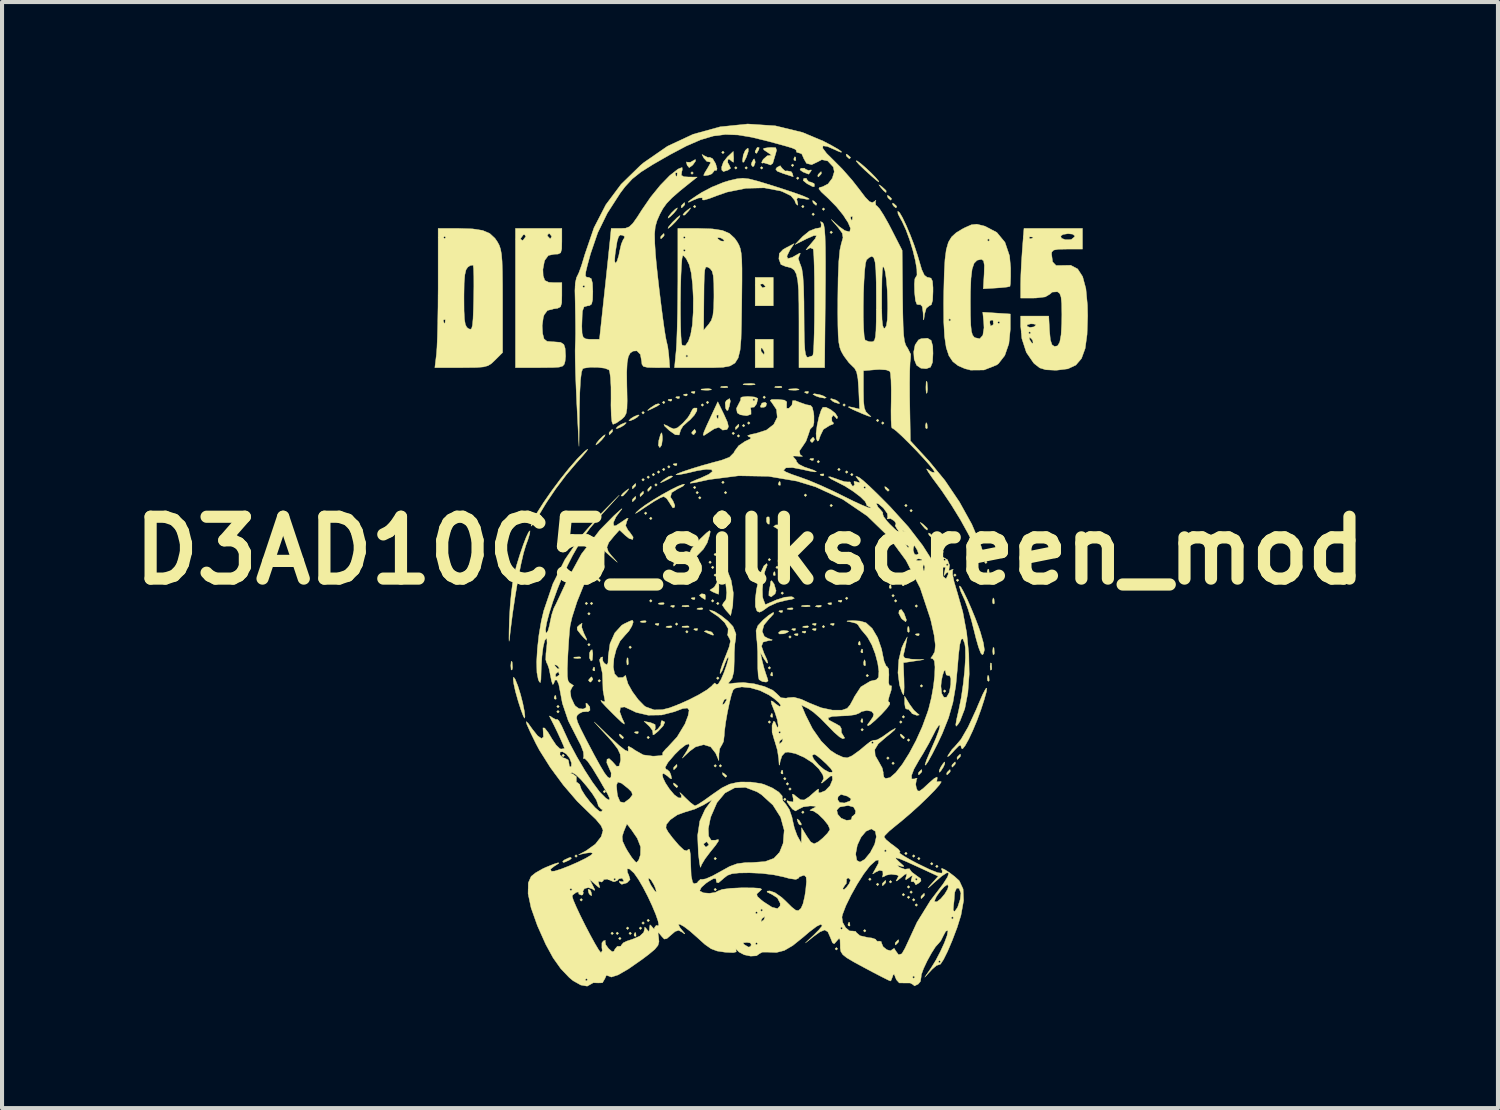
<source format=kicad_pcb>
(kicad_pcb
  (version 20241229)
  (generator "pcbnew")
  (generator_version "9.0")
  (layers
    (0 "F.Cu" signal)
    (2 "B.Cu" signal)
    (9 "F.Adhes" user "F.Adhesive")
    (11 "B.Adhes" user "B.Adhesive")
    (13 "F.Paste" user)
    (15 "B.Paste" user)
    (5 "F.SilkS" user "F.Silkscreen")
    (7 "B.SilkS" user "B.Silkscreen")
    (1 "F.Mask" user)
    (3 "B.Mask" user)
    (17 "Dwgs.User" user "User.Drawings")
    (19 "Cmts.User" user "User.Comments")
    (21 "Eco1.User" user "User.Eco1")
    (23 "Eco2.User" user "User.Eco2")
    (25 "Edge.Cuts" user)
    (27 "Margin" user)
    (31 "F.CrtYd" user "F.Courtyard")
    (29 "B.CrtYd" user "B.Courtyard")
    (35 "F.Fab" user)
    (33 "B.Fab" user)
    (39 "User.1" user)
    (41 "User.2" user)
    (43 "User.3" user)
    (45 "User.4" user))
  (footprint "D3AD10C5_silkscreen_mod"
    (layer "F.Cu")
    (at 15.429 10.516)
    (property "Reference" "D3AD10C5_silkscreen_mod" (at 0 0 0) (layer "F.SilkS") (effects (font (size 1.524 1.524) (thickness 0.3))))
    (attr through_hole)
    (fp_poly (pts (xy -4.699 3.842) (xy -4.731 3.873) (xy -4.763 3.842) (xy -4.731 3.81) (xy -4.699 3.842)) (stroke (width 0.01) (type solid)) (fill yes) (layer "F.SilkS"))
    (fp_poly (pts (xy -4.699 3.969) (xy -4.731 4) (xy -4.763 3.969) (xy -4.731 3.937) (xy -4.699 3.969)) (stroke (width 0.01) (type solid)) (fill yes) (layer "F.SilkS"))
    (fp_poly (pts (xy -4.572 5.048) (xy -4.604 5.08) (xy -4.636 5.048) (xy -4.604 5.016) (xy -4.572 5.048)) (stroke (width 0.01) (type solid)) (fill yes) (layer "F.SilkS"))
    (fp_poly (pts (xy -4.255 7.525) (xy -4.286 7.556) (xy -4.318 7.525) (xy -4.286 7.493) (xy -4.255 7.525)) (stroke (width 0.01) (type solid)) (fill yes) (layer "F.SilkS"))
    (fp_poly (pts (xy -4.128 8.604) (xy -4.159 8.636) (xy -4.191 8.604) (xy -4.159 8.572) (xy -4.128 8.604)) (stroke (width 0.01) (type solid)) (fill yes) (layer "F.SilkS"))
    (fp_poly (pts (xy -4 1.302) (xy -4.032 1.333) (xy -4.064 1.302) (xy -4.032 1.27) (xy -4 1.302)) (stroke (width 0.01) (type solid)) (fill yes) (layer "F.SilkS"))
    (fp_poly (pts (xy -3.937 1.556) (xy -3.969 1.587) (xy -4 1.556) (xy -3.969 1.524) (xy -3.937 1.556)) (stroke (width 0.01) (type solid)) (fill yes) (layer "F.SilkS"))
    (fp_poly (pts (xy -3.937 2.318) (xy -3.969 2.349) (xy -4 2.318) (xy -3.969 2.286) (xy -3.937 2.318)) (stroke (width 0.01) (type solid)) (fill yes) (layer "F.SilkS"))
    (fp_poly (pts (xy -3.873 1.302) (xy -3.905 1.333) (xy -3.937 1.302) (xy -3.905 1.27) (xy -3.873 1.302)) (stroke (width 0.01) (type solid)) (fill yes) (layer "F.SilkS"))
    (fp_poly (pts (xy -3.683 3.207) (xy -3.715 3.239) (xy -3.747 3.207) (xy -3.715 3.175) (xy -3.683 3.207)) (stroke (width 0.01) (type solid)) (fill yes) (layer "F.SilkS"))
    (fp_poly (pts (xy -3.556 5.937) (xy -3.588 5.969) (xy -3.619 5.937) (xy -3.588 5.905) (xy -3.556 5.937)) (stroke (width 0.01) (type solid)) (fill yes) (layer "F.SilkS"))
    (fp_poly (pts (xy -3.365 9.43) (xy -3.397 9.461) (xy -3.429 9.43) (xy -3.397 9.398) (xy -3.365 9.43)) (stroke (width 0.01) (type solid)) (fill yes) (layer "F.SilkS"))
    (fp_poly (pts (xy -3.302 0.73) (xy -3.334 0.762) (xy -3.365 0.73) (xy -3.334 0.699) (xy -3.302 0.73)) (stroke (width 0.01) (type solid)) (fill yes) (layer "F.SilkS"))
    (fp_poly (pts (xy -3.239 9.43) (xy -3.27 9.461) (xy -3.302 9.43) (xy -3.27 9.398) (xy -3.239 9.43)) (stroke (width 0.01) (type solid)) (fill yes) (layer "F.SilkS"))
    (fp_poly (pts (xy -3.175 9.557) (xy -3.207 9.588) (xy -3.239 9.557) (xy -3.207 9.525) (xy -3.175 9.557)) (stroke (width 0.01) (type solid)) (fill yes) (layer "F.SilkS"))
    (fp_poly (pts (xy -2.985 9.303) (xy -3.016 9.335) (xy -3.048 9.303) (xy -3.016 9.271) (xy -2.985 9.303)) (stroke (width 0.01) (type solid)) (fill yes) (layer "F.SilkS"))
    (fp_poly (pts (xy -2.921 2.381) (xy -2.953 2.413) (xy -2.985 2.381) (xy -2.953 2.349) (xy -2.921 2.381)) (stroke (width 0.01) (type solid)) (fill yes) (layer "F.SilkS"))
    (fp_poly (pts (xy -2.921 9.43) (xy -2.953 9.461) (xy -2.985 9.43) (xy -2.953 9.398) (xy -2.921 9.43)) (stroke (width 0.01) (type solid)) (fill yes) (layer "F.SilkS"))
    (fp_poly (pts (xy -2.667 9.303) (xy -2.699 9.335) (xy -2.731 9.303) (xy -2.699 9.271) (xy -2.667 9.303)) (stroke (width 0.01) (type solid)) (fill yes) (layer "F.SilkS"))
    (fp_poly (pts (xy -2.603 -3.397) (xy -2.635 -3.365) (xy -2.667 -3.397) (xy -2.635 -3.429) (xy -2.603 -3.397)) (stroke (width 0.01) (type solid)) (fill yes) (layer "F.SilkS"))
    (fp_poly (pts (xy -2.603 -1.746) (xy -2.635 -1.714) (xy -2.667 -1.746) (xy -2.635 -1.778) (xy -2.603 -1.746)) (stroke (width 0.01) (type solid)) (fill yes) (layer "F.SilkS"))
    (fp_poly (pts (xy -2.603 9.176) (xy -2.635 9.207) (xy -2.667 9.176) (xy -2.635 9.144) (xy -2.603 9.176)) (stroke (width 0.01) (type solid)) (fill yes) (layer "F.SilkS"))
    (fp_poly (pts (xy -2.54 -0.921) (xy -2.572 -0.889) (xy -2.603 -0.921) (xy -2.572 -0.953) (xy -2.54 -0.921)) (stroke (width 0.01) (type solid)) (fill yes) (layer "F.SilkS"))
    (fp_poly (pts (xy -2.477 -1.81) (xy -2.508 -1.778) (xy -2.54 -1.81) (xy -2.508 -1.841) (xy -2.477 -1.81)) (stroke (width 0.01) (type solid)) (fill yes) (layer "F.SilkS"))
    (fp_poly (pts (xy -2.477 4.604) (xy -2.508 4.636) (xy -2.54 4.604) (xy -2.508 4.572) (xy -2.477 4.604)) (stroke (width 0.01) (type solid)) (fill yes) (layer "F.SilkS"))
    (fp_poly (pts (xy -2.477 9.112) (xy -2.508 9.144) (xy -2.54 9.112) (xy -2.508 9.081) (xy -2.477 9.112)) (stroke (width 0.01) (type solid)) (fill yes) (layer "F.SilkS"))
    (fp_poly (pts (xy -2.413 -0.794) (xy -2.445 -0.762) (xy -2.477 -0.794) (xy -2.445 -0.826) (xy -2.413 -0.794)) (stroke (width 0.01) (type solid)) (fill yes) (layer "F.SilkS"))
    (fp_poly (pts (xy -2.413 1.238) (xy -2.445 1.27) (xy -2.477 1.238) (xy -2.445 1.206) (xy -2.413 1.238)) (stroke (width 0.01) (type solid)) (fill yes) (layer "F.SilkS"))
    (fp_poly (pts (xy -2.349 -1.873) (xy -2.381 -1.841) (xy -2.413 -1.873) (xy -2.381 -1.905) (xy -2.349 -1.873)) (stroke (width 0.01) (type solid)) (fill yes) (layer "F.SilkS"))
    (fp_poly (pts (xy -2.286 -1.619) (xy -2.318 -1.587) (xy -2.349 -1.619) (xy -2.318 -1.651) (xy -2.286 -1.619)) (stroke (width 0.01) (type solid)) (fill yes) (layer "F.SilkS"))
    (fp_poly (pts (xy -2.223 -1.937) (xy -2.254 -1.905) (xy -2.286 -1.937) (xy -2.254 -1.968) (xy -2.223 -1.937)) (stroke (width 0.01) (type solid)) (fill yes) (layer "F.SilkS"))
    (fp_poly (pts (xy -2.095 -3.651) (xy -2.127 -3.619) (xy -2.159 -3.651) (xy -2.127 -3.683) (xy -2.095 -3.651)) (stroke (width 0.01) (type solid)) (fill yes) (layer "F.SilkS"))
    (fp_poly (pts (xy -2.095 -2) (xy -2.127 -1.968) (xy -2.159 -2) (xy -2.127 -2.032) (xy -2.095 -2)) (stroke (width 0.01) (type solid)) (fill yes) (layer "F.SilkS"))
    (fp_poly (pts (xy -1.968 -2.064) (xy -2 -2.032) (xy -2.032 -2.064) (xy -2 -2.095) (xy -1.968 -2.064)) (stroke (width 0.01) (type solid)) (fill yes) (layer "F.SilkS"))
    (fp_poly (pts (xy -1.778 1.81) (xy -1.81 1.841) (xy -1.841 1.81) (xy -1.81 1.778) (xy -1.778 1.81)) (stroke (width 0.01) (type solid)) (fill yes) (layer "F.SilkS"))
    (fp_poly (pts (xy -1.524 2) (xy -1.556 2.032) (xy -1.587 2) (xy -1.556 1.968) (xy -1.524 2)) (stroke (width 0.01) (type solid)) (fill yes) (layer "F.SilkS"))
    (fp_poly (pts (xy -1.397 -9.303) (xy -1.429 -9.271) (xy -1.46 -9.303) (xy -1.429 -9.335) (xy -1.397 -9.303)) (stroke (width 0.01) (type solid)) (fill yes) (layer "F.SilkS"))
    (fp_poly (pts (xy -1.333 -8.477) (xy -1.365 -8.445) (xy -1.397 -8.477) (xy -1.365 -8.509) (xy -1.333 -8.477)) (stroke (width 0.01) (type solid)) (fill yes) (layer "F.SilkS"))
    (fp_poly (pts (xy -1.333 -1.556) (xy -1.365 -1.524) (xy -1.397 -1.556) (xy -1.365 -1.587) (xy -1.333 -1.556)) (stroke (width 0.01) (type solid)) (fill yes) (layer "F.SilkS"))
    (fp_poly (pts (xy -1.27 -1.429) (xy -1.302 -1.397) (xy -1.333 -1.429) (xy -1.302 -1.46) (xy -1.27 -1.429)) (stroke (width 0.01) (type solid)) (fill yes) (layer "F.SilkS"))
    (fp_poly (pts (xy -1.206 -1.302) (xy -1.238 -1.27) (xy -1.27 -1.302) (xy -1.238 -1.333) (xy -1.206 -1.302)) (stroke (width 0.01) (type solid)) (fill yes) (layer "F.SilkS"))
    (fp_poly (pts (xy -1.143 -3.588) (xy -1.175 -3.556) (xy -1.206 -3.588) (xy -1.175 -3.619) (xy -1.143 -3.588)) (stroke (width 0.01) (type solid)) (fill yes) (layer "F.SilkS"))
    (fp_poly (pts (xy -1.016 -3.651) (xy -1.048 -3.619) (xy -1.079 -3.651) (xy -1.048 -3.683) (xy -1.016 -3.651)) (stroke (width 0.01) (type solid)) (fill yes) (layer "F.SilkS"))
    (fp_poly (pts (xy -0.953 0.286) (xy -0.984 0.318) (xy -1.016 0.286) (xy -0.984 0.254) (xy -0.953 0.286)) (stroke (width 0.01) (type solid)) (fill yes) (layer "F.SilkS"))
    (fp_poly (pts (xy -0.889 0.413) (xy -0.921 0.445) (xy -0.953 0.413) (xy -0.921 0.381) (xy -0.889 0.413)) (stroke (width 0.01) (type solid)) (fill yes) (layer "F.SilkS"))
    (fp_poly (pts (xy -0.889 1.238) (xy -0.921 1.27) (xy -0.953 1.238) (xy -0.921 1.206) (xy -0.889 1.238)) (stroke (width 0.01) (type solid)) (fill yes) (layer "F.SilkS"))
    (fp_poly (pts (xy -0.826 0.095) (xy -0.857 0.127) (xy -0.889 0.095) (xy -0.857 0.064) (xy -0.826 0.095)) (stroke (width 0.01) (type solid)) (fill yes) (layer "F.SilkS"))
    (fp_poly (pts (xy -0.826 0.603) (xy -0.857 0.635) (xy -0.889 0.603) (xy -0.857 0.572) (xy -0.826 0.603)) (stroke (width 0.01) (type solid)) (fill yes) (layer "F.SilkS"))
    (fp_poly (pts (xy -0.826 5.302) (xy -0.857 5.334) (xy -0.889 5.302) (xy -0.857 5.271) (xy -0.826 5.302)) (stroke (width 0.01) (type solid)) (fill yes) (layer "F.SilkS"))
    (fp_poly (pts (xy -0.826 7.588) (xy -0.857 7.62) (xy -0.889 7.588) (xy -0.857 7.556) (xy -0.826 7.588)) (stroke (width 0.01) (type solid)) (fill yes) (layer "F.SilkS"))
    (fp_poly (pts (xy -0.826 8.35) (xy -0.857 8.382) (xy -0.889 8.35) (xy -0.857 8.319) (xy -0.826 8.35)) (stroke (width 0.01) (type solid)) (fill yes) (layer "F.SilkS"))
    (fp_poly (pts (xy -0.762 1.302) (xy -0.794 1.333) (xy -0.826 1.302) (xy -0.794 1.27) (xy -0.762 1.302)) (stroke (width 0.01) (type solid)) (fill yes) (layer "F.SilkS"))
    (fp_poly (pts (xy -0.762 3.143) (xy -0.794 3.175) (xy -0.826 3.143) (xy -0.794 3.111) (xy -0.762 3.143)) (stroke (width 0.01) (type solid)) (fill yes) (layer "F.SilkS"))
    (fp_poly (pts (xy -0.699 5.302) (xy -0.73 5.334) (xy -0.762 5.302) (xy -0.73 5.271) (xy -0.699 5.302)) (stroke (width 0.01) (type solid)) (fill yes) (layer "F.SilkS"))
    (fp_poly (pts (xy -0.635 -9.811) (xy -0.667 -9.779) (xy -0.699 -9.811) (xy -0.667 -9.842) (xy -0.635 -9.811)) (stroke (width 0.01) (type solid)) (fill yes) (layer "F.SilkS"))
    (fp_poly (pts (xy -0.635 -1.683) (xy -0.667 -1.651) (xy -0.699 -1.683) (xy -0.667 -1.714) (xy -0.635 -1.683)) (stroke (width 0.01) (type solid)) (fill yes) (layer "F.SilkS"))
    (fp_poly (pts (xy -0.572 -1.429) (xy -0.603 -1.397) (xy -0.635 -1.429) (xy -0.603 -1.46) (xy -0.572 -1.429)) (stroke (width 0.01) (type solid)) (fill yes) (layer "F.SilkS"))
    (fp_poly (pts (xy -0.381 -2.889) (xy -0.413 -2.857) (xy -0.445 -2.889) (xy -0.413 -2.921) (xy -0.381 -2.889)) (stroke (width 0.01) (type solid)) (fill yes) (layer "F.SilkS"))
    (fp_poly (pts (xy -0.318 -9.43) (xy -0.349 -9.398) (xy -0.381 -9.43) (xy -0.349 -9.461) (xy -0.318 -9.43)) (stroke (width 0.01) (type solid)) (fill yes) (layer "F.SilkS"))
    (fp_poly (pts (xy -0.254 -2.826) (xy -0.286 -2.794) (xy -0.318 -2.826) (xy -0.286 -2.857) (xy -0.254 -2.826)) (stroke (width 0.01) (type solid)) (fill yes) (layer "F.SilkS"))
    (fp_poly (pts (xy -0.127 -3.08) (xy -0.159 -3.048) (xy -0.191 -3.08) (xy -0.159 -3.111) (xy -0.127 -3.08)) (stroke (width 0.01) (type solid)) (fill yes) (layer "F.SilkS"))
    (fp_poly (pts (xy -0.064 -9.43) (xy -0.095 -9.398) (xy -0.127 -9.43) (xy -0.095 -9.461) (xy -0.064 -9.43)) (stroke (width 0.01) (type solid)) (fill yes) (layer "F.SilkS"))
    (fp_poly (pts (xy 0 -3.143) (xy -0.032 -3.111) (xy -0.064 -3.143) (xy -0.032 -3.175) (xy 0 -3.143)) (stroke (width 0.01) (type solid)) (fill yes) (layer "F.SilkS"))
    (fp_poly (pts (xy 0.318 -9.43) (xy 0.286 -9.398) (xy 0.254 -9.43) (xy 0.286 -9.461) (xy 0.318 -9.43)) (stroke (width 0.01) (type solid)) (fill yes) (layer "F.SilkS"))
    (fp_poly (pts (xy 0.381 -3.778) (xy 0.349 -3.747) (xy 0.318 -3.778) (xy 0.349 -3.81) (xy 0.381 -3.778)) (stroke (width 0.01) (type solid)) (fill yes) (layer "F.SilkS"))
    (fp_poly (pts (xy 0.508 0.222) (xy 0.476 0.254) (xy 0.445 0.222) (xy 0.476 0.191) (xy 0.508 0.222)) (stroke (width 0.01) (type solid)) (fill yes) (layer "F.SilkS"))
    (fp_poly (pts (xy 0.508 2.889) (xy 0.476 2.921) (xy 0.445 2.889) (xy 0.476 2.857) (xy 0.508 2.889)) (stroke (width 0.01) (type solid)) (fill yes) (layer "F.SilkS"))
    (fp_poly (pts (xy 0.508 4.223) (xy 0.476 4.255) (xy 0.445 4.223) (xy 0.476 4.191) (xy 0.508 4.223)) (stroke (width 0.01) (type solid)) (fill yes) (layer "F.SilkS"))
    (fp_poly (pts (xy 0.699 0.413) (xy 0.667 0.445) (xy 0.635 0.413) (xy 0.667 0.381) (xy 0.699 0.413)) (stroke (width 0.01) (type solid)) (fill yes) (layer "F.SilkS"))
    (fp_poly (pts (xy 0.826 1.048) (xy 0.794 1.079) (xy 0.762 1.048) (xy 0.794 1.016) (xy 0.826 1.048)) (stroke (width 0.01) (type solid)) (fill yes) (layer "F.SilkS"))
    (fp_poly (pts (xy 0.889 5.62) (xy 0.857 5.652) (xy 0.826 5.62) (xy 0.857 5.588) (xy 0.889 5.62)) (stroke (width 0.01) (type solid)) (fill yes) (layer "F.SilkS"))
    (fp_poly (pts (xy 0.889 6.128) (xy 0.857 6.16) (xy 0.826 6.128) (xy 0.857 6.096) (xy 0.889 6.128)) (stroke (width 0.01) (type solid)) (fill yes) (layer "F.SilkS"))
    (fp_poly (pts (xy 0.953 5.747) (xy 0.921 5.779) (xy 0.889 5.747) (xy 0.921 5.715) (xy 0.953 5.747)) (stroke (width 0.01) (type solid)) (fill yes) (layer "F.SilkS"))
    (fp_poly (pts (xy 1.016 2.127) (xy 0.984 2.159) (xy 0.953 2.127) (xy 0.984 2.095) (xy 1.016 2.127)) (stroke (width 0.01) (type solid)) (fill yes) (layer "F.SilkS"))
    (fp_poly (pts (xy 1.016 5.874) (xy 0.984 5.905) (xy 0.953 5.874) (xy 0.984 5.842) (xy 1.016 5.874)) (stroke (width 0.01) (type solid)) (fill yes) (layer "F.SilkS"))
    (fp_poly (pts (xy 1.079 -9.493) (xy 1.048 -9.461) (xy 1.016 -9.493) (xy 1.048 -9.525) (xy 1.079 -9.493)) (stroke (width 0.01) (type solid)) (fill yes) (layer "F.SilkS"))
    (fp_poly (pts (xy 1.206 -9.176) (xy 1.175 -9.144) (xy 1.143 -9.176) (xy 1.175 -9.207) (xy 1.206 -9.176)) (stroke (width 0.01) (type solid)) (fill yes) (layer "F.SilkS"))
    (fp_poly (pts (xy 1.333 -8.477) (xy 1.302 -8.445) (xy 1.27 -8.477) (xy 1.302 -8.509) (xy 1.333 -8.477)) (stroke (width 0.01) (type solid)) (fill yes) (layer "F.SilkS"))
    (fp_poly (pts (xy 1.333 6.445) (xy 1.302 6.477) (xy 1.27 6.445) (xy 1.302 6.413) (xy 1.333 6.445)) (stroke (width 0.01) (type solid)) (fill yes) (layer "F.SilkS"))
    (fp_poly (pts (xy 1.397 -1.365) (xy 1.365 -1.333) (xy 1.333 -1.365) (xy 1.365 -1.397) (xy 1.397 -1.365)) (stroke (width 0.01) (type solid)) (fill yes) (layer "F.SilkS"))
    (fp_poly (pts (xy 1.587 -8.287) (xy 1.556 -8.255) (xy 1.524 -8.287) (xy 1.556 -8.319) (xy 1.587 -8.287)) (stroke (width 0.01) (type solid)) (fill yes) (layer "F.SilkS"))
    (fp_poly (pts (xy 1.714 -2.191) (xy 1.683 -2.159) (xy 1.651 -2.191) (xy 1.683 -2.223) (xy 1.714 -2.191)) (stroke (width 0.01) (type solid)) (fill yes) (layer "F.SilkS"))
    (fp_poly (pts (xy 1.841 -8.414) (xy 1.81 -8.382) (xy 1.778 -8.414) (xy 1.81 -8.445) (xy 1.841 -8.414)) (stroke (width 0.01) (type solid)) (fill yes) (layer "F.SilkS"))
    (fp_poly (pts (xy 1.841 1.873) (xy 1.81 1.905) (xy 1.778 1.873) (xy 1.81 1.841) (xy 1.841 1.873)) (stroke (width 0.01) (type solid)) (fill yes) (layer "F.SilkS"))
    (fp_poly (pts (xy 2.032 -7.842) (xy 2 -7.811) (xy 1.968 -7.842) (xy 2 -7.874) (xy 2.032 -7.842)) (stroke (width 0.01) (type solid)) (fill yes) (layer "F.SilkS"))
    (fp_poly (pts (xy 2.032 -1.111) (xy 2 -1.079) (xy 1.968 -1.111) (xy 2 -1.143) (xy 2.032 -1.111)) (stroke (width 0.01) (type solid)) (fill yes) (layer "F.SilkS"))
    (fp_poly (pts (xy 2.159 9.811) (xy 2.127 9.842) (xy 2.095 9.811) (xy 2.127 9.779) (xy 2.159 9.811)) (stroke (width 0.01) (type solid)) (fill yes) (layer "F.SilkS"))
    (fp_poly (pts (xy 2.223 -2) (xy 2.191 -1.968) (xy 2.159 -2) (xy 2.191 -2.032) (xy 2.223 -2)) (stroke (width 0.01) (type solid)) (fill yes) (layer "F.SilkS"))
    (fp_poly (pts (xy 2.349 -3.588) (xy 2.318 -3.556) (xy 2.286 -3.588) (xy 2.318 -3.619) (xy 2.349 -3.588)) (stroke (width 0.01) (type solid)) (fill yes) (layer "F.SilkS"))
    (fp_poly (pts (xy 2.413 -1.937) (xy 2.381 -1.905) (xy 2.349 -1.937) (xy 2.381 -1.968) (xy 2.413 -1.937)) (stroke (width 0.01) (type solid)) (fill yes) (layer "F.SilkS"))
    (fp_poly (pts (xy 2.413 1.175) (xy 2.381 1.206) (xy 2.349 1.175) (xy 2.381 1.143) (xy 2.413 1.175)) (stroke (width 0.01) (type solid)) (fill yes) (layer "F.SilkS"))
    (fp_poly (pts (xy 2.54 -1.873) (xy 2.508 -1.841) (xy 2.477 -1.873) (xy 2.508 -1.905) (xy 2.54 -1.873)) (stroke (width 0.01) (type solid)) (fill yes) (layer "F.SilkS"))
    (fp_poly (pts (xy 2.794 4.413) (xy 2.762 4.445) (xy 2.731 4.413) (xy 2.762 4.381) (xy 2.794 4.413)) (stroke (width 0.01) (type solid)) (fill yes) (layer "F.SilkS"))
    (fp_poly (pts (xy 2.857 9.366) (xy 2.826 9.398) (xy 2.794 9.366) (xy 2.826 9.335) (xy 2.857 9.366)) (stroke (width 0.01) (type solid)) (fill yes) (layer "F.SilkS"))
    (fp_poly (pts (xy 2.921 3.08) (xy 2.889 3.111) (xy 2.857 3.08) (xy 2.889 3.048) (xy 2.921 3.08)) (stroke (width 0.01) (type solid)) (fill yes) (layer "F.SilkS"))
    (fp_poly (pts (xy 2.985 8.096) (xy 2.953 8.128) (xy 2.921 8.096) (xy 2.953 8.065) (xy 2.985 8.096)) (stroke (width 0.01) (type solid)) (fill yes) (layer "F.SilkS"))
    (fp_poly (pts (xy 3.175 -3.207) (xy 3.143 -3.175) (xy 3.111 -3.207) (xy 3.143 -3.239) (xy 3.175 -3.207)) (stroke (width 0.01) (type solid)) (fill yes) (layer "F.SilkS"))
    (fp_poly (pts (xy 3.175 8.223) (xy 3.143 8.255) (xy 3.111 8.223) (xy 3.143 8.191) (xy 3.175 8.223)) (stroke (width 0.01) (type solid)) (fill yes) (layer "F.SilkS"))
    (fp_poly (pts (xy 3.302 -3.143) (xy 3.27 -3.111) (xy 3.239 -3.143) (xy 3.27 -3.175) (xy 3.302 -3.143)) (stroke (width 0.01) (type solid)) (fill yes) (layer "F.SilkS"))
    (fp_poly (pts (xy 3.429 5.112) (xy 3.397 5.144) (xy 3.365 5.112) (xy 3.397 5.08) (xy 3.429 5.112)) (stroke (width 0.01) (type solid)) (fill yes) (layer "F.SilkS"))
    (fp_poly (pts (xy 3.493 8.16) (xy 3.461 8.191) (xy 3.429 8.16) (xy 3.461 8.128) (xy 3.493 8.16)) (stroke (width 0.01) (type solid)) (fill yes) (layer "F.SilkS"))
    (fp_poly (pts (xy 3.556 1.111) (xy 3.524 1.143) (xy 3.493 1.111) (xy 3.524 1.079) (xy 3.556 1.111)) (stroke (width 0.01) (type solid)) (fill yes) (layer "F.SilkS"))
    (fp_poly (pts (xy 3.556 5.239) (xy 3.524 5.271) (xy 3.493 5.239) (xy 3.524 5.207) (xy 3.556 5.239)) (stroke (width 0.01) (type solid)) (fill yes) (layer "F.SilkS"))
    (fp_poly (pts (xy 3.619 1.238) (xy 3.588 1.27) (xy 3.556 1.238) (xy 3.588 1.206) (xy 3.619 1.238)) (stroke (width 0.01) (type solid)) (fill yes) (layer "F.SilkS"))
    (fp_poly (pts (xy 3.747 4.223) (xy 3.715 4.255) (xy 3.683 4.223) (xy 3.715 4.191) (xy 3.747 4.223)) (stroke (width 0.01) (type solid)) (fill yes) (layer "F.SilkS"))
    (fp_poly (pts (xy 3.81 4.096) (xy 3.778 4.128) (xy 3.747 4.096) (xy 3.778 4.064) (xy 3.81 4.096)) (stroke (width 0.01) (type solid)) (fill yes) (layer "F.SilkS"))
    (fp_poly (pts (xy 3.81 8.477) (xy 3.778 8.509) (xy 3.747 8.477) (xy 3.778 8.445) (xy 3.81 8.477)) (stroke (width 0.01) (type solid)) (fill yes) (layer "F.SilkS"))
    (fp_poly (pts (xy 3.873 -1.111) (xy 3.842 -1.079) (xy 3.81 -1.111) (xy 3.842 -1.143) (xy 3.873 -1.111)) (stroke (width 0.01) (type solid)) (fill yes) (layer "F.SilkS"))
    (fp_poly (pts (xy 3.873 7.461) (xy 3.842 7.493) (xy 3.81 7.461) (xy 3.842 7.429) (xy 3.873 7.461)) (stroke (width 0.01) (type solid)) (fill yes) (layer "F.SilkS"))
    (fp_poly (pts (xy 3.937 4.667) (xy 3.905 4.699) (xy 3.873 4.667) (xy 3.905 4.636) (xy 3.937 4.667)) (stroke (width 0.01) (type solid)) (fill yes) (layer "F.SilkS"))
    (fp_poly (pts (xy 3.937 8.287) (xy 3.905 8.319) (xy 3.873 8.287) (xy 3.905 8.255) (xy 3.937 8.287)) (stroke (width 0.01) (type solid)) (fill yes) (layer "F.SilkS"))
    (fp_poly (pts (xy 3.937 8.541) (xy 3.905 8.572) (xy 3.873 8.541) (xy 3.905 8.509) (xy 3.937 8.541)) (stroke (width 0.01) (type solid)) (fill yes) (layer "F.SilkS"))
    (fp_poly (pts (xy 4 -0.984) (xy 3.969 -0.953) (xy 3.937 -0.984) (xy 3.969 -1.016) (xy 4 -0.984)) (stroke (width 0.01) (type solid)) (fill yes) (layer "F.SilkS"))
    (fp_poly (pts (xy 4 8.414) (xy 3.969 8.445) (xy 3.937 8.414) (xy 3.969 8.382) (xy 4 8.414)) (stroke (width 0.01) (type solid)) (fill yes) (layer "F.SilkS"))
    (fp_poly (pts (xy 4.064 7.525) (xy 4.032 7.556) (xy 4 7.525) (xy 4.032 7.493) (xy 4.064 7.525)) (stroke (width 0.01) (type solid)) (fill yes) (layer "F.SilkS"))
    (fp_poly (pts (xy 4.064 8.604) (xy 4.032 8.636) (xy 4 8.604) (xy 4.032 8.572) (xy 4.064 8.604)) (stroke (width 0.01) (type solid)) (fill yes) (layer "F.SilkS"))
    (fp_poly (pts (xy 4.128 1.365) (xy 4.096 1.397) (xy 4.064 1.365) (xy 4.096 1.333) (xy 4.128 1.365)) (stroke (width 0.01) (type solid)) (fill yes) (layer "F.SilkS"))
    (fp_poly (pts (xy 4.128 8.731) (xy 4.096 8.763) (xy 4.064 8.731) (xy 4.096 8.7) (xy 4.128 8.731)) (stroke (width 0.01) (type solid)) (fill yes) (layer "F.SilkS"))
    (fp_poly (pts (xy 4.191 7.588) (xy 4.159 7.62) (xy 4.128 7.588) (xy 4.159 7.556) (xy 4.191 7.588)) (stroke (width 0.01) (type solid)) (fill yes) (layer "F.SilkS"))
    (fp_poly (pts (xy 4.255 3.334) (xy 4.223 3.365) (xy 4.191 3.334) (xy 4.223 3.302) (xy 4.255 3.334)) (stroke (width 0.01) (type solid)) (fill yes) (layer "F.SilkS"))
    (fp_poly (pts (xy 4.508 7.715) (xy 4.477 7.747) (xy 4.445 7.715) (xy 4.477 7.684) (xy 4.508 7.715)) (stroke (width 0.01) (type solid)) (fill yes) (layer "F.SilkS"))
    (fp_poly (pts (xy 4.636 -0.159) (xy 4.604 -0.127) (xy 4.572 -0.159) (xy 4.604 -0.191) (xy 4.636 -0.159)) (stroke (width 0.01) (type solid)) (fill yes) (layer "F.SilkS"))
    (fp_poly (pts (xy 4.636 7.779) (xy 4.604 7.811) (xy 4.572 7.779) (xy 4.604 7.747) (xy 4.636 7.779)) (stroke (width 0.01) (type solid)) (fill yes) (layer "F.SilkS"))
    (fp_poly (pts (xy 4.826 3.461) (xy 4.794 3.493) (xy 4.763 3.461) (xy 4.794 3.429) (xy 4.826 3.461)) (stroke (width 0.01) (type solid)) (fill yes) (layer "F.SilkS"))
    (fp_poly (pts (xy 5.08 0.603) (xy 5.048 0.635) (xy 5.016 0.603) (xy 5.048 0.572) (xy 5.08 0.603)) (stroke (width 0.01) (type solid)) (fill yes) (layer "F.SilkS"))
    (fp_poly (pts (xy 5.144 0.73) (xy 5.112 0.762) (xy 5.08 0.73) (xy 5.112 0.699) (xy 5.144 0.73)) (stroke (width 0.01) (type solid)) (fill yes) (layer "F.SilkS"))
    (fp_poly (pts (xy 5.842 0.286) (xy 5.81 0.318) (xy 5.779 0.286) (xy 5.81 0.254) (xy 5.842 0.286)) (stroke (width 0.01) (type solid)) (fill yes) (layer "F.SilkS"))
    (fp_poly (pts (xy 5.969 0.794) (xy 5.937 0.826) (xy 5.905 0.794) (xy 5.937 0.762) (xy 5.969 0.794)) (stroke (width 0.01) (type solid)) (fill yes) (layer "F.SilkS"))
    (fp_poly (pts (xy -4.784 3.577) (xy -4.776 3.653) (xy -4.784 3.662) (xy -4.821 3.653) (xy -4.826 3.619) (xy -4.803 3.567) (xy -4.784 3.577)) (stroke (width 0.01) (type solid)) (fill yes) (layer "F.SilkS"))
    (fp_poly (pts (xy -4.175 2.625) (xy -4.167 2.648) (xy -4.255 2.657) (xy -4.345 2.647) (xy -4.334 2.625) (xy -4.204 2.617) (xy -4.175 2.625)) (stroke (width 0.01) (type solid)) (fill yes) (layer "F.SilkS"))
    (fp_poly (pts (xy -3.831 2.879) (xy -3.824 2.954) (xy -3.831 2.963) (xy -3.869 2.955) (xy -3.873 2.921) (xy -3.85 2.869) (xy -3.831 2.879)) (stroke (width 0.01) (type solid)) (fill yes) (layer "F.SilkS"))
    (fp_poly (pts (xy -3.006 2.651) (xy -2.998 2.781) (xy -3.006 2.81) (xy -3.029 2.818) (xy -3.038 2.731) (xy -3.028 2.64) (xy -3.006 2.651)) (stroke (width 0.01) (type solid)) (fill yes) (layer "F.SilkS"))
    (fp_poly (pts (xy -2.815 9.419) (xy -2.808 9.495) (xy -2.815 9.504) (xy -2.853 9.495) (xy -2.857 9.461) (xy -2.834 9.409) (xy -2.815 9.419)) (stroke (width 0.01) (type solid)) (fill yes) (layer "F.SilkS"))
    (fp_poly (pts (xy -2.752 4.466) (xy -2.76 4.504) (xy -2.794 4.508) (xy -2.846 4.485) (xy -2.836 4.466) (xy -2.761 4.459) (xy -2.752 4.466)) (stroke (width 0.01) (type solid)) (fill yes) (layer "F.SilkS"))
    (fp_poly (pts (xy -2.557 1.74) (xy -2.576 1.768) (xy -2.641 1.773) (xy -2.708 1.757) (xy -2.679 1.735) (xy -2.58 1.727) (xy -2.557 1.74)) (stroke (width 0.01) (type solid)) (fill yes) (layer "F.SilkS"))
    (fp_poly (pts (xy -2.244 1.799) (xy -2.252 1.837) (xy -2.286 1.841) (xy -2.338 1.818) (xy -2.328 1.799) (xy -2.253 1.792) (xy -2.244 1.799)) (stroke (width 0.01) (type solid)) (fill yes) (layer "F.SilkS"))
    (fp_poly (pts (xy -2.113 1.295) (xy -2.132 1.324) (xy -2.196 1.328) (xy -2.264 1.313) (xy -2.234 1.29) (xy -2.135 1.283) (xy -2.113 1.295)) (stroke (width 0.01) (type solid)) (fill yes) (layer "F.SilkS"))
    (fp_poly (pts (xy -1.926 -3.725) (xy -1.935 -3.688) (xy -1.968 -3.683) (xy -2.021 -3.706) (xy -2.011 -3.725) (xy -1.935 -3.733) (xy -1.926 -3.725)) (stroke (width 0.01) (type solid)) (fill yes) (layer "F.SilkS"))
    (fp_poly (pts (xy -1.922 1.867) (xy -1.941 1.895) (xy -2.006 1.9) (xy -2.073 1.884) (xy -2.044 1.862) (xy -1.945 1.854) (xy -1.922 1.867)) (stroke (width 0.01) (type solid)) (fill yes) (layer "F.SilkS"))
    (fp_poly (pts (xy -1.863 1.355) (xy -1.871 1.392) (xy -1.905 1.397) (xy -1.957 1.374) (xy -1.947 1.355) (xy -1.872 1.347) (xy -1.863 1.355)) (stroke (width 0.01) (type solid)) (fill yes) (layer "F.SilkS"))
    (fp_poly (pts (xy -1.799 -2.138) (xy -1.808 -2.1) (xy -1.841 -2.095) (xy -1.894 -2.119) (xy -1.884 -2.138) (xy -1.808 -2.145) (xy -1.799 -2.138)) (stroke (width 0.01) (type solid)) (fill yes) (layer "F.SilkS"))
    (fp_poly (pts (xy -1.736 -3.789) (xy -1.744 -3.751) (xy -1.778 -3.747) (xy -1.83 -3.77) (xy -1.82 -3.789) (xy -1.745 -3.796) (xy -1.736 -3.789)) (stroke (width 0.01) (type solid)) (fill yes) (layer "F.SilkS"))
    (fp_poly (pts (xy -1.545 -3.852) (xy -1.554 -3.815) (xy -1.587 -3.81) (xy -1.64 -3.833) (xy -1.63 -3.852) (xy -1.554 -3.86) (xy -1.545 -3.852)) (stroke (width 0.01) (type solid)) (fill yes) (layer "F.SilkS"))
    (fp_poly (pts (xy -1.508 1.355) (xy -1.5 1.378) (xy -1.587 1.387) (xy -1.678 1.377) (xy -1.667 1.355) (xy -1.537 1.347) (xy -1.508 1.355)) (stroke (width 0.01) (type solid)) (fill yes) (layer "F.SilkS"))
    (fp_poly (pts (xy -1.508 1.863) (xy -1.5 1.886) (xy -1.587 1.895) (xy -1.678 1.885) (xy -1.667 1.863) (xy -1.537 1.855) (xy -1.508 1.863)) (stroke (width 0.01) (type solid)) (fill yes) (layer "F.SilkS"))
    (fp_poly (pts (xy -1.355 -3.916) (xy -1.363 -3.878) (xy -1.397 -3.873) (xy -1.449 -3.897) (xy -1.439 -3.916) (xy -1.364 -3.923) (xy -1.355 -3.916)) (stroke (width 0.01) (type solid)) (fill yes) (layer "F.SilkS"))
    (fp_poly (pts (xy -1.355 1.164) (xy -1.363 1.202) (xy -1.397 1.206) (xy -1.449 1.183) (xy -1.439 1.164) (xy -1.364 1.157) (xy -1.355 1.164)) (stroke (width 0.01) (type solid)) (fill yes) (layer "F.SilkS"))
    (fp_poly (pts (xy -1.291 1.926) (xy -1.3 1.964) (xy -1.333 1.968) (xy -1.386 1.945) (xy -1.376 1.926) (xy -1.3 1.919) (xy -1.291 1.926)) (stroke (width 0.01) (type solid)) (fill yes) (layer "F.SilkS"))
    (fp_poly (pts (xy -1.16 1.422) (xy -1.179 1.451) (xy -1.244 1.455) (xy -1.311 1.44) (xy -1.282 1.417) (xy -1.183 1.41) (xy -1.16 1.422)) (stroke (width 0.01) (type solid)) (fill yes) (layer "F.SilkS"))
    (fp_poly (pts (xy -0.556 -4.043) (xy -0.548 -4.019) (xy -0.635 -4.011) (xy -0.725 -4.021) (xy -0.714 -4.043) (xy -0.584 -4.051) (xy -0.556 -4.043)) (stroke (width 0.01) (type solid)) (fill yes) (layer "F.SilkS"))
    (fp_poly (pts (xy 0.55 3.006) (xy 0.558 3.081) (xy 0.55 3.09) (xy 0.513 3.082) (xy 0.508 3.048) (xy 0.531 2.996) (xy 0.55 3.006)) (stroke (width 0.01) (type solid)) (fill yes) (layer "F.SilkS"))
    (fp_poly (pts (xy 0.55 4.022) (xy 0.558 4.097) (xy 0.55 4.106) (xy 0.513 4.098) (xy 0.508 4.064) (xy 0.531 4.012) (xy 0.55 4.022)) (stroke (width 0.01) (type solid)) (fill yes) (layer "F.SilkS"))
    (fp_poly (pts (xy 0.614 0.529) (xy 0.621 0.605) (xy 0.614 0.614) (xy 0.576 0.605) (xy 0.572 0.572) (xy 0.595 0.519) (xy 0.614 0.529)) (stroke (width 0.01) (type solid)) (fill yes) (layer "F.SilkS"))
    (fp_poly (pts (xy 0.741 -1.693) (xy 0.748 -1.618) (xy 0.741 -1.609) (xy 0.703 -1.617) (xy 0.699 -1.651) (xy 0.722 -1.703) (xy 0.741 -1.693)) (stroke (width 0.01) (type solid)) (fill yes) (layer "F.SilkS"))
    (fp_poly (pts (xy 0.778 -4.043) (xy 0.786 -4.019) (xy 0.699 -4.011) (xy 0.608 -4.021) (xy 0.619 -4.043) (xy 0.749 -4.051) (xy 0.778 -4.043)) (stroke (width 0.01) (type solid)) (fill yes) (layer "F.SilkS"))
    (fp_poly (pts (xy 0.804 1.482) (xy 0.796 1.519) (xy 0.762 1.524) (xy 0.71 1.501) (xy 0.72 1.482) (xy 0.795 1.474) (xy 0.804 1.482)) (stroke (width 0.01) (type solid)) (fill yes) (layer "F.SilkS"))
    (fp_poly (pts (xy 0.804 5.419) (xy 0.812 5.494) (xy 0.804 5.503) (xy 0.767 5.495) (xy 0.762 5.461) (xy 0.785 5.409) (xy 0.804 5.419)) (stroke (width 0.01) (type solid)) (fill yes) (layer "F.SilkS"))
    (fp_poly (pts (xy 1.062 1.422) (xy 1.043 1.451) (xy 0.979 1.455) (xy 0.911 1.44) (xy 0.941 1.417) (xy 1.04 1.41) (xy 1.062 1.422)) (stroke (width 0.01) (type solid)) (fill yes) (layer "F.SilkS"))
    (fp_poly (pts (xy 1.122 -9.694) (xy 1.129 -9.619) (xy 1.122 -9.61) (xy 1.084 -9.618) (xy 1.079 -9.652) (xy 1.103 -9.704) (xy 1.122 -9.694)) (stroke (width 0.01) (type solid)) (fill yes) (layer "F.SilkS"))
    (fp_poly (pts (xy 1.122 1.926) (xy 1.113 1.964) (xy 1.079 1.968) (xy 1.027 1.945) (xy 1.037 1.926) (xy 1.113 1.919) (xy 1.122 1.926)) (stroke (width 0.01) (type solid)) (fill yes) (layer "F.SilkS"))
    (fp_poly (pts (xy 1.185 2.053) (xy 1.177 2.091) (xy 1.143 2.095) (xy 1.091 2.072) (xy 1.101 2.053) (xy 1.176 2.046) (xy 1.185 2.053)) (stroke (width 0.01) (type solid)) (fill yes) (layer "F.SilkS"))
    (fp_poly (pts (xy 1.376 1.99) (xy 1.367 2.027) (xy 1.333 2.032) (xy 1.281 2.009) (xy 1.291 1.99) (xy 1.367 1.982) (xy 1.376 1.99)) (stroke (width 0.01) (type solid)) (fill yes) (layer "F.SilkS"))
    (fp_poly (pts (xy 1.439 -3.916) (xy 1.431 -3.878) (xy 1.397 -3.873) (xy 1.345 -3.897) (xy 1.355 -3.916) (xy 1.43 -3.923) (xy 1.439 -3.916)) (stroke (width 0.01) (type solid)) (fill yes) (layer "F.SilkS"))
    (fp_poly (pts (xy 1.443 1.867) (xy 1.424 1.895) (xy 1.36 1.9) (xy 1.292 1.884) (xy 1.322 1.862) (xy 1.421 1.854) (xy 1.443 1.867)) (stroke (width 0.01) (type solid)) (fill yes) (layer "F.SilkS"))
    (fp_poly (pts (xy 1.566 -2.265) (xy 1.558 -2.227) (xy 1.524 -2.223) (xy 1.472 -2.246) (xy 1.482 -2.265) (xy 1.557 -2.272) (xy 1.566 -2.265)) (stroke (width 0.01) (type solid)) (fill yes) (layer "F.SilkS"))
    (fp_poly (pts (xy 1.63 1.799) (xy 1.621 1.837) (xy 1.587 1.841) (xy 1.535 1.818) (xy 1.545 1.799) (xy 1.621 1.792) (xy 1.63 1.799)) (stroke (width 0.01) (type solid)) (fill yes) (layer "F.SilkS"))
    (fp_poly (pts (xy 1.63 1.926) (xy 1.621 1.964) (xy 1.587 1.968) (xy 1.535 1.945) (xy 1.545 1.926) (xy 1.621 1.919) (xy 1.63 1.926)) (stroke (width 0.01) (type solid)) (fill yes) (layer "F.SilkS"))
    (fp_poly (pts (xy 1.761 1.359) (xy 1.742 1.387) (xy 1.677 1.392) (xy 1.61 1.376) (xy 1.639 1.354) (xy 1.738 1.346) (xy 1.761 1.359)) (stroke (width 0.01) (type solid)) (fill yes) (layer "F.SilkS"))
    (fp_poly (pts (xy 1.82 -1.884) (xy 1.812 -1.846) (xy 1.778 -1.841) (xy 1.726 -1.865) (xy 1.736 -1.884) (xy 1.811 -1.891) (xy 1.82 -1.884)) (stroke (width 0.01) (type solid)) (fill yes) (layer "F.SilkS"))
    (fp_poly (pts (xy 2.011 1.291) (xy 2.002 1.329) (xy 1.968 1.333) (xy 1.916 1.31) (xy 1.926 1.291) (xy 2.002 1.284) (xy 2.011 1.291)) (stroke (width 0.01) (type solid)) (fill yes) (layer "F.SilkS"))
    (fp_poly (pts (xy 2.074 1.799) (xy 2.066 1.837) (xy 2.032 1.841) (xy 1.98 1.818) (xy 1.99 1.799) (xy 2.065 1.792) (xy 2.074 1.799)) (stroke (width 0.01) (type solid)) (fill yes) (layer "F.SilkS"))
    (fp_poly (pts (xy 2.265 1.228) (xy 2.256 1.265) (xy 2.223 1.27) (xy 2.17 1.247) (xy 2.18 1.228) (xy 2.256 1.22) (xy 2.265 1.228)) (stroke (width 0.01) (type solid)) (fill yes) (layer "F.SilkS"))
    (fp_poly (pts (xy 2.455 9.165) (xy 2.463 9.241) (xy 2.455 9.25) (xy 2.418 9.241) (xy 2.413 9.207) (xy 2.436 9.155) (xy 2.455 9.165)) (stroke (width 0.01) (type solid)) (fill yes) (layer "F.SilkS"))
    (fp_poly (pts (xy 2.709 2.244) (xy 2.717 2.319) (xy 2.709 2.328) (xy 2.672 2.32) (xy 2.667 2.286) (xy 2.69 2.234) (xy 2.709 2.244)) (stroke (width 0.01) (type solid)) (fill yes) (layer "F.SilkS"))
    (fp_poly (pts (xy 2.773 2.434) (xy 2.78 2.51) (xy 2.773 2.519) (xy 2.735 2.51) (xy 2.731 2.477) (xy 2.754 2.424) (xy 2.773 2.434)) (stroke (width 0.01) (type solid)) (fill yes) (layer "F.SilkS"))
    (fp_poly (pts (xy 2.773 4.149) (xy 2.78 4.224) (xy 2.773 4.233) (xy 2.735 4.225) (xy 2.731 4.191) (xy 2.754 4.139) (xy 2.773 4.149)) (stroke (width 0.01) (type solid)) (fill yes) (layer "F.SilkS"))
    (fp_poly (pts (xy 2.837 2.719) (xy 2.845 2.818) (xy 2.832 2.84) (xy 2.804 2.821) (xy 2.799 2.757) (xy 2.815 2.689) (xy 2.837 2.719)) (stroke (width 0.01) (type solid)) (fill yes) (layer "F.SilkS"))
    (fp_poly (pts (xy 3.471 0.847) (xy 3.479 0.922) (xy 3.471 0.931) (xy 3.434 0.923) (xy 3.429 0.889) (xy 3.452 0.837) (xy 3.471 0.847)) (stroke (width 0.01) (type solid)) (fill yes) (layer "F.SilkS"))
    (fp_poly (pts (xy 3.789 0.783) (xy 3.796 0.859) (xy 3.789 0.868) (xy 3.751 0.859) (xy 3.747 0.826) (xy 3.77 0.773) (xy 3.789 0.783)) (stroke (width 0.01) (type solid)) (fill yes) (layer "F.SilkS"))
    (fp_poly (pts (xy 3.917 1.893) (xy 3.924 1.992) (xy 3.912 2.015) (xy 3.883 1.996) (xy 3.879 1.931) (xy 3.894 1.864) (xy 3.917 1.893)) (stroke (width 0.01) (type solid)) (fill yes) (layer "F.SilkS"))
    (fp_poly (pts (xy 4.17 2.053) (xy 4.161 2.091) (xy 4.128 2.095) (xy 4.075 2.072) (xy 4.085 2.053) (xy 4.161 2.046) (xy 4.17 2.053)) (stroke (width 0.01) (type solid)) (fill yes) (layer "F.SilkS"))
    (fp_poly (pts (xy 4.361 -3.123) (xy 4.369 -3.024) (xy 4.356 -3.002) (xy 4.328 -3.021) (xy 4.323 -3.085) (xy 4.339 -3.153) (xy 4.361 -3.123)) (stroke (width 0.01) (type solid)) (fill yes) (layer "F.SilkS"))
    (fp_poly (pts (xy 5.884 0.466) (xy 5.892 0.541) (xy 5.884 0.55) (xy 5.847 0.542) (xy 5.842 0.508) (xy 5.865 0.456) (xy 5.884 0.466)) (stroke (width 0.01) (type solid)) (fill yes) (layer "F.SilkS"))
    (fp_poly (pts (xy 5.885 3.1) (xy 5.893 3.199) (xy 5.88 3.221) (xy 5.852 3.202) (xy 5.847 3.138) (xy 5.863 3.07) (xy 5.885 3.1)) (stroke (width 0.01) (type solid)) (fill yes) (layer "F.SilkS"))
    (fp_poly (pts (xy 5.948 2.778) (xy 5.956 2.908) (xy 5.948 2.937) (xy 5.924 2.945) (xy 5.916 2.857) (xy 5.926 2.767) (xy 5.948 2.778)) (stroke (width 0.01) (type solid)) (fill yes) (layer "F.SilkS"))
    (fp_poly (pts (xy 6.011 2.397) (xy 6.019 2.527) (xy 6.011 2.556) (xy 5.988 2.564) (xy 5.979 2.477) (xy 5.989 2.386) (xy 6.011 2.397)) (stroke (width 0.01) (type solid)) (fill yes) (layer "F.SilkS"))
    (fp_poly (pts (xy 6.012 1.195) (xy 6.02 1.294) (xy 6.007 1.316) (xy 5.979 1.297) (xy 5.974 1.233) (xy 5.99 1.165) (xy 6.012 1.195)) (stroke (width 0.01) (type solid)) (fill yes) (layer "F.SilkS"))
    (fp_poly (pts (xy -3.939 8.365) (xy -3.915 8.411) (xy -3.899 8.5) (xy -3.941 8.483) (xy -3.971 8.441) (xy -3.991 8.358) (xy -3.983 8.343) (xy -3.939 8.365)) (stroke (width 0.01) (type solid)) (fill yes) (layer "F.SilkS"))
    (fp_poly (pts (xy -3.756 0.661) (xy -3.688 0.725) (xy -3.702 0.761) (xy -3.711 0.762) (xy -3.765 0.717) (xy -3.784 0.689) (xy -3.792 0.645) (xy -3.756 0.661)) (stroke (width 0.01) (type solid)) (fill yes) (layer "F.SilkS"))
    (fp_poly (pts (xy -3.185 4.534) (xy -3.117 4.598) (xy -3.131 4.635) (xy -3.14 4.636) (xy -3.193 4.59) (xy -3.213 4.562) (xy -3.22 4.519) (xy -3.185 4.534)) (stroke (width 0.01) (type solid)) (fill yes) (layer "F.SilkS"))
    (fp_poly (pts (xy -1.851 5.741) (xy -1.784 5.8) (xy -1.778 5.814) (xy -1.808 5.84) (xy -1.871 5.782) (xy -1.879 5.769) (xy -1.887 5.725) (xy -1.851 5.741)) (stroke (width 0.01) (type solid)) (fill yes) (layer "F.SilkS"))
    (fp_poly (pts (xy -0.645 5.487) (xy -0.577 5.546) (xy -0.572 5.56) (xy -0.602 5.586) (xy -0.664 5.528) (xy -0.673 5.515) (xy -0.68 5.471) (xy -0.645 5.487)) (stroke (width 0.01) (type solid)) (fill yes) (layer "F.SilkS"))
    (fp_poly (pts (xy 0.226 -9.927) (xy 0.215 -9.878) (xy 0.163 -9.788) (xy 0.13 -9.803) (xy 0.127 -9.839) (xy 0.173 -9.925) (xy 0.19 -9.937) (xy 0.226 -9.927)) (stroke (width 0.01) (type solid)) (fill yes) (layer "F.SilkS"))
    (fp_poly (pts (xy 0.408 -3.627) (xy 0.392 -3.559) (xy 0.349 -3.533) (xy 0.267 -3.53) (xy 0.254 -3.554) (xy 0.294 -3.635) (xy 0.372 -3.655) (xy 0.408 -3.627)) (stroke (width 0.01) (type solid)) (fill yes) (layer "F.SilkS"))
    (fp_poly (pts (xy 0.469 -0.829) (xy 0.481 -0.761) (xy 0.473 -0.651) (xy 0.441 -0.658) (xy 0.409 -0.704) (xy 0.406 -0.805) (xy 0.424 -0.83) (xy 0.469 -0.829)) (stroke (width 0.01) (type solid)) (fill yes) (layer "F.SilkS"))
    (fp_poly (pts (xy 1.206 6.642) (xy 1.214 6.651) (xy 1.265 6.734) (xy 1.258 6.764) (xy 1.21 6.745) (xy 1.179 6.686) (xy 1.159 6.612) (xy 1.206 6.642)) (stroke (width 0.01) (type solid)) (fill yes) (layer "F.SilkS"))
    (fp_poly (pts (xy 1.578 -8.61) (xy 1.646 -8.546) (xy 1.632 -8.51) (xy 1.623 -8.509) (xy 1.569 -8.554) (xy 1.55 -8.582) (xy 1.542 -8.626) (xy 1.578 -8.61)) (stroke (width 0.01) (type solid)) (fill yes) (layer "F.SilkS"))
    (fp_poly (pts (xy 2.403 -9.753) (xy 2.471 -9.694) (xy 2.477 -9.68) (xy 2.446 -9.654) (xy 2.384 -9.712) (xy 2.375 -9.725) (xy 2.368 -9.769) (xy 2.403 -9.753)) (stroke (width 0.01) (type solid)) (fill yes) (layer "F.SilkS"))
    (fp_poly (pts (xy 3.356 -1.562) (xy 3.423 -1.503) (xy 3.429 -1.489) (xy 3.399 -1.462) (xy 3.336 -1.521) (xy 3.328 -1.534) (xy 3.32 -1.577) (xy 3.356 -1.562)) (stroke (width 0.01) (type solid)) (fill yes) (layer "F.SilkS"))
    (fp_poly (pts (xy 3.419 -8.737) (xy 3.487 -8.673) (xy 3.473 -8.637) (xy 3.464 -8.636) (xy 3.411 -8.681) (xy 3.391 -8.709) (xy 3.384 -8.753) (xy 3.419 -8.737)) (stroke (width 0.01) (type solid)) (fill yes) (layer "F.SilkS"))
    (fp_poly (pts (xy 3.546 -8.547) (xy 3.614 -8.483) (xy 3.6 -8.446) (xy 3.591 -8.445) (xy 3.538 -8.491) (xy 3.518 -8.519) (xy 3.511 -8.562) (xy 3.546 -8.547)) (stroke (width 0.01) (type solid)) (fill yes) (layer "F.SilkS"))
    (fp_poly (pts (xy 3.737 4.534) (xy 3.805 4.598) (xy 3.791 4.635) (xy 3.782 4.636) (xy 3.728 4.59) (xy 3.709 4.562) (xy 3.701 4.519) (xy 3.737 4.534)) (stroke (width 0.01) (type solid)) (fill yes) (layer "F.SilkS"))
    (fp_poly (pts (xy 4.435 -0.419) (xy 4.503 -0.36) (xy 4.508 -0.346) (xy 4.478 -0.319) (xy 4.416 -0.378) (xy 4.407 -0.391) (xy 4.4 -0.434) (xy 4.435 -0.419)) (stroke (width 0.01) (type solid)) (fill yes) (layer "F.SilkS"))
    (fp_poly (pts (xy 4.689 -0.038) (xy 4.757 0.021) (xy 4.763 0.035) (xy 4.732 0.062) (xy 4.67 0.003) (xy 4.661 -0.01) (xy 4.654 -0.053) (xy 4.689 -0.038)) (stroke (width 0.01) (type solid)) (fill yes) (layer "F.SilkS"))
    (fp_poly (pts (xy -5.865 2.737) (xy -5.861 2.748) (xy -5.852 2.886) (xy -5.864 2.938) (xy -5.885 2.94) (xy -5.893 2.841) (xy -5.893 2.826) (xy -5.884 2.727) (xy -5.865 2.737)) (stroke (width 0.01) (type solid)) (fill yes) (layer "F.SilkS"))
    (fp_poly (pts (xy -4.402 7.585) (xy -4.445 7.62) (xy -4.561 7.674) (xy -4.604 7.682) (xy -4.615 7.655) (xy -4.572 7.62) (xy -4.456 7.566) (xy -4.413 7.558) (xy -4.402 7.585)) (stroke (width 0.01) (type solid)) (fill yes) (layer "F.SilkS"))
    (fp_poly (pts (xy -3.875 2.52) (xy -3.874 2.556) (xy -3.885 2.698) (xy -3.916 2.72) (xy -3.956 2.645) (xy -3.954 2.521) (xy -3.932 2.471) (xy -3.891 2.438) (xy -3.875 2.52)) (stroke (width 0.01) (type solid)) (fill yes) (layer "F.SilkS"))
    (fp_poly (pts (xy -3.874 3.161) (xy -3.873 3.175) (xy -3.922 3.236) (xy -3.941 3.239) (xy -3.979 3.2) (xy -3.969 3.175) (xy -3.912 3.114) (xy -3.902 3.111) (xy -3.874 3.161)) (stroke (width 0.01) (type solid)) (fill yes) (layer "F.SilkS"))
    (fp_poly (pts (xy -3.581 -2.818) (xy -3.651 -2.731) (xy -3.747 -2.637) (xy -3.798 -2.603) (xy -3.785 -2.643) (xy -3.715 -2.731) (xy -3.619 -2.824) (xy -3.568 -2.857) (xy -3.581 -2.818)) (stroke (width 0.01) (type solid)) (fill yes) (layer "F.SilkS"))
    (fp_poly (pts (xy -3.385 -2.943) (xy -3.397 -2.921) (xy -3.457 -2.86) (xy -3.468 -2.857) (xy -3.473 -2.899) (xy -3.461 -2.921) (xy -3.401 -2.982) (xy -3.39 -2.985) (xy -3.385 -2.943)) (stroke (width 0.01) (type solid)) (fill yes) (layer "F.SilkS"))
    (fp_poly (pts (xy -3.258 0.867) (xy -3.27 0.889) (xy -3.33 0.95) (xy -3.341 0.953) (xy -3.346 0.911) (xy -3.334 0.889) (xy -3.274 0.828) (xy -3.263 0.826) (xy -3.258 0.867)) (stroke (width 0.01) (type solid)) (fill yes) (layer "F.SilkS"))
    (fp_poly (pts (xy -3.048 -3.148) (xy -3.097 -3.097) (xy -3.175 -3.048) (xy -3.273 -3.007) (xy -3.302 -3.012) (xy -3.253 -3.063) (xy -3.175 -3.111) (xy -3.077 -3.152) (xy -3.048 -3.148)) (stroke (width 0.01) (type solid)) (fill yes) (layer "F.SilkS"))
    (fp_poly (pts (xy -3.004 -1.491) (xy -3.04 -1.445) (xy -3.133 -1.346) (xy -3.174 -1.346) (xy -3.175 -1.357) (xy -3.132 -1.41) (xy -3.064 -1.469) (xy -2.989 -1.524) (xy -3.004 -1.491)) (stroke (width 0.01) (type solid)) (fill yes) (layer "F.SilkS"))
    (fp_poly (pts (xy -2.814 -1.61) (xy -2.826 -1.587) (xy -2.886 -1.527) (xy -2.897 -1.524) (xy -2.901 -1.565) (xy -2.889 -1.587) (xy -2.829 -1.648) (xy -2.818 -1.651) (xy -2.814 -1.61)) (stroke (width 0.01) (type solid)) (fill yes) (layer "F.SilkS"))
    (fp_poly (pts (xy -2.814 -1.292) (xy -2.826 -1.27) (xy -2.886 -1.209) (xy -2.897 -1.206) (xy -2.901 -1.248) (xy -2.889 -1.27) (xy -2.829 -1.331) (xy -2.818 -1.333) (xy -2.814 -1.292)) (stroke (width 0.01) (type solid)) (fill yes) (layer "F.SilkS"))
    (fp_poly (pts (xy -2.731 -3.338) (xy -2.779 -3.287) (xy -2.857 -3.239) (xy -2.956 -3.198) (xy -2.985 -3.202) (xy -2.936 -3.253) (xy -2.857 -3.302) (xy -2.759 -3.343) (xy -2.731 -3.338)) (stroke (width 0.01) (type solid)) (fill yes) (layer "F.SilkS"))
    (fp_poly (pts (xy -2.623 -1.419) (xy -2.635 -1.397) (xy -2.695 -1.336) (xy -2.706 -1.333) (xy -2.711 -1.375) (xy -2.699 -1.397) (xy -2.639 -1.458) (xy -2.628 -1.46) (xy -2.623 -1.419)) (stroke (width 0.01) (type solid)) (fill yes) (layer "F.SilkS"))
    (fp_poly (pts (xy -2.433 -1.546) (xy -2.445 -1.524) (xy -2.505 -1.463) (xy -2.516 -1.46) (xy -2.52 -1.502) (xy -2.508 -1.524) (xy -2.448 -1.585) (xy -2.437 -1.587) (xy -2.433 -1.546)) (stroke (width 0.01) (type solid)) (fill yes) (layer "F.SilkS"))
    (fp_poly (pts (xy -2.223 -3.607) (xy -2.281 -3.564) (xy -2.413 -3.498) (xy -2.518 -3.45) (xy -2.518 -3.463) (xy -2.448 -3.521) (xy -2.33 -3.597) (xy -2.263 -3.619) (xy -2.223 -3.607)) (stroke (width 0.01) (type solid)) (fill yes) (layer "F.SilkS"))
    (fp_poly (pts (xy -2.115 -7.769) (xy -2.127 -7.747) (xy -2.187 -7.686) (xy -2.198 -7.684) (xy -2.203 -7.725) (xy -2.191 -7.747) (xy -2.131 -7.808) (xy -2.12 -7.811) (xy -2.115 -7.769)) (stroke (width 0.01) (type solid)) (fill yes) (layer "F.SilkS"))
    (fp_poly (pts (xy -1.906 -1.829) (xy -1.964 -1.786) (xy -2.095 -1.72) (xy -2.201 -1.672) (xy -2.201 -1.685) (xy -2.131 -1.743) (xy -2.013 -1.819) (xy -1.946 -1.841) (xy -1.906 -1.829)) (stroke (width 0.01) (type solid)) (fill yes) (layer "F.SilkS"))
    (fp_poly (pts (xy -1.803 -8.406) (xy -1.873 -8.319) (xy -1.969 -8.225) (xy -2.02 -8.191) (xy -2.007 -8.231) (xy -1.937 -8.319) (xy -1.841 -8.412) (xy -1.79 -8.445) (xy -1.803 -8.406)) (stroke (width 0.01) (type solid)) (fill yes) (layer "F.SilkS"))
    (fp_poly (pts (xy -1.798 0.295) (xy -1.81 0.318) (xy -1.87 0.378) (xy -1.881 0.381) (xy -1.885 0.34) (xy -1.873 0.318) (xy -1.813 0.257) (xy -1.802 0.254) (xy -1.798 0.295)) (stroke (width 0.01) (type solid)) (fill yes) (layer "F.SilkS"))
    (fp_poly (pts (xy -1.798 5.312) (xy -1.81 5.334) (xy -1.87 5.395) (xy -1.881 5.397) (xy -1.885 5.356) (xy -1.873 5.334) (xy -1.813 5.273) (xy -1.802 5.271) (xy -1.798 5.312)) (stroke (width 0.01) (type solid)) (fill yes) (layer "F.SilkS"))
    (fp_poly (pts (xy -1.607 -8.531) (xy -1.619 -8.509) (xy -1.679 -8.448) (xy -1.69 -8.445) (xy -1.695 -8.487) (xy -1.683 -8.509) (xy -1.623 -8.57) (xy -1.612 -8.572) (xy -1.607 -8.531)) (stroke (width 0.01) (type solid)) (fill yes) (layer "F.SilkS"))
    (fp_poly (pts (xy -1.48 -8.412) (xy -1.516 -8.366) (xy -1.609 -8.267) (xy -1.65 -8.268) (xy -1.651 -8.279) (xy -1.608 -8.332) (xy -1.54 -8.39) (xy -1.465 -8.445) (xy -1.48 -8.412)) (stroke (width 0.01) (type solid)) (fill yes) (layer "F.SilkS"))
    (fp_poly (pts (xy -1.334 -2.935) (xy -1.333 -2.921) (xy -1.382 -2.86) (xy -1.401 -2.857) (xy -1.439 -2.896) (xy -1.429 -2.921) (xy -1.372 -2.982) (xy -1.362 -2.985) (xy -1.334 -2.935)) (stroke (width 0.01) (type solid)) (fill yes) (layer "F.SilkS"))
    (fp_poly (pts (xy -1.112 1.076) (xy -1.101 1.117) (xy -1.104 1.197) (xy -1.106 1.206) (xy -1.155 1.176) (xy -1.196 1.151) (xy -1.247 1.099) (xy -1.191 1.063) (xy -1.112 1.076)) (stroke (width 0.01) (type solid)) (fill yes) (layer "F.SilkS"))
    (fp_poly (pts (xy -0.968 -3.981) (xy -0.949 -3.962) (xy -1.036 -3.952) (xy -1.079 -3.952) (xy -1.195 -3.958) (xy -1.209 -3.975) (xy -1.191 -3.981) (xy -1.03 -3.991) (xy -0.968 -3.981)) (stroke (width 0.01) (type solid)) (fill yes) (layer "F.SilkS"))
    (fp_poly (pts (xy -0.953 2.002) (xy -0.921 2.032) (xy -0.896 2.081) (xy -0.932 2.08) (xy -1.048 2.032) (xy -1.128 1.99) (xy -1.092 1.974) (xy -1.067 1.973) (xy -0.953 2.002)) (stroke (width 0.01) (type solid)) (fill yes) (layer "F.SilkS"))
    (fp_poly (pts (xy -0.484 -3.684) (xy -0.51 -3.556) (xy -0.546 -3.452) (xy -0.579 -3.461) (xy -0.603 -3.513) (xy -0.612 -3.645) (xy -0.581 -3.699) (xy -0.504 -3.747) (xy -0.484 -3.684)) (stroke (width 0.01) (type solid)) (fill yes) (layer "F.SilkS"))
    (fp_poly (pts (xy -0.274 -3.07) (xy -0.286 -3.048) (xy -0.346 -2.987) (xy -0.357 -2.985) (xy -0.361 -3.026) (xy -0.349 -3.048) (xy -0.289 -3.109) (xy -0.278 -3.111) (xy -0.274 -3.07)) (stroke (width 0.01) (type solid)) (fill yes) (layer "F.SilkS"))
    (fp_poly (pts (xy 0.112 -4.108) (xy 0.127 -4.09) (xy 0.036 -4.081) (xy -0.032 -4.08) (xy -0.155 -4.086) (xy -0.173 -4.101) (xy -0.142 -4.109) (xy 0.023 -4.119) (xy 0.112 -4.108)) (stroke (width 0.01) (type solid)) (fill yes) (layer "F.SilkS"))
    (fp_poly (pts (xy 0.124 -9.6) (xy 0.127 -9.557) (xy 0.094 -9.472) (xy 0.065 -9.461) (xy 0.031 -9.508) (xy 0.041 -9.557) (xy 0.086 -9.64) (xy 0.102 -9.652) (xy 0.124 -9.6)) (stroke (width 0.01) (type solid)) (fill yes) (layer "F.SilkS"))
    (fp_poly (pts (xy 0.929 1.979) (xy 0.953 1.993) (xy 0.9 2.026) (xy 0.826 2.05) (xy 0.724 2.054) (xy 0.699 2.026) (xy 0.752 1.979) (xy 0.826 1.968) (xy 0.929 1.979)) (stroke (width 0.01) (type solid)) (fill yes) (layer "F.SilkS"))
    (fp_poly (pts (xy 1.191 -3.981) (xy 1.21 -3.962) (xy 1.123 -3.952) (xy 1.079 -3.952) (xy 0.964 -3.958) (xy 0.95 -3.975) (xy 0.968 -3.981) (xy 1.129 -3.991) (xy 1.191 -3.981)) (stroke (width 0.01) (type solid)) (fill yes) (layer "F.SilkS"))
    (fp_poly (pts (xy 1.478 1.355) (xy 1.48 1.376) (xy 1.38 1.385) (xy 1.365 1.385) (xy 1.267 1.375) (xy 1.276 1.356) (xy 1.287 1.353) (xy 1.425 1.344) (xy 1.478 1.355)) (stroke (width 0.01) (type solid)) (fill yes) (layer "F.SilkS"))
    (fp_poly (pts (xy 1.587 -2.745) (xy 1.587 -2.731) (xy 1.539 -2.669) (xy 1.52 -2.667) (xy 1.482 -2.706) (xy 1.492 -2.731) (xy 1.549 -2.791) (xy 1.559 -2.794) (xy 1.587 -2.745)) (stroke (width 0.01) (type solid)) (fill yes) (layer "F.SilkS"))
    (fp_poly (pts (xy 1.723 -3.84) (xy 1.81 -3.81) (xy 1.879 -3.768) (xy 1.841 -3.755) (xy 1.706 -3.78) (xy 1.619 -3.81) (xy 1.55 -3.852) (xy 1.587 -3.865) (xy 1.723 -3.84)) (stroke (width 0.01) (type solid)) (fill yes) (layer "F.SilkS"))
    (fp_poly (pts (xy 1.758 -9.293) (xy 1.746 -9.271) (xy 1.686 -9.21) (xy 1.675 -9.207) (xy 1.671 -9.249) (xy 1.683 -9.271) (xy 1.743 -9.332) (xy 1.754 -9.335) (xy 1.758 -9.293)) (stroke (width 0.01) (type solid)) (fill yes) (layer "F.SilkS"))
    (fp_poly (pts (xy 2.105 -3.713) (xy 2.159 -3.683) (xy 2.21 -3.633) (xy 2.191 -3.621) (xy 2.086 -3.653) (xy 2.032 -3.683) (xy 1.981 -3.733) (xy 2 -3.745) (xy 2.105 -3.713)) (stroke (width 0.01) (type solid)) (fill yes) (layer "F.SilkS"))
    (fp_poly (pts (xy 3.208 -8.997) (xy 3.254 -8.962) (xy 3.353 -8.869) (xy 3.353 -8.828) (xy 3.342 -8.826) (xy 3.289 -8.87) (xy 3.23 -8.938) (xy 3.175 -9.013) (xy 3.208 -8.997)) (stroke (width 0.01) (type solid)) (fill yes) (layer "F.SilkS"))
    (fp_poly (pts (xy 3.346 8.169) (xy 3.334 8.191) (xy 3.274 8.252) (xy 3.263 8.255) (xy 3.258 8.214) (xy 3.27 8.191) (xy 3.33 8.131) (xy 3.341 8.128) (xy 3.346 8.169)) (stroke (width 0.01) (type solid)) (fill yes) (layer "F.SilkS"))
    (fp_poly (pts (xy 3.663 9.63) (xy 3.651 9.652) (xy 3.591 9.713) (xy 3.58 9.716) (xy 3.576 9.674) (xy 3.588 9.652) (xy 3.648 9.591) (xy 3.659 9.588) (xy 3.663 9.63)) (stroke (width 0.01) (type solid)) (fill yes) (layer "F.SilkS"))
    (fp_poly (pts (xy 4.224 -0.679) (xy 4.27 -0.643) (xy 4.369 -0.55) (xy 4.369 -0.509) (xy 4.358 -0.508) (xy 4.305 -0.551) (xy 4.246 -0.619) (xy 4.191 -0.694) (xy 4.224 -0.679)) (stroke (width 0.01) (type solid)) (fill yes) (layer "F.SilkS"))
    (fp_poly (pts (xy 4.235 5.439) (xy 4.223 5.461) (xy 4.163 5.522) (xy 4.152 5.524) (xy 4.147 5.483) (xy 4.159 5.461) (xy 4.219 5.4) (xy 4.23 5.397) (xy 4.235 5.439)) (stroke (width 0.01) (type solid)) (fill yes) (layer "F.SilkS"))
    (fp_poly (pts (xy 4.298 8.487) (xy 4.286 8.509) (xy 4.226 8.57) (xy 4.215 8.572) (xy 4.211 8.531) (xy 4.223 8.509) (xy 4.283 8.448) (xy 4.294 8.445) (xy 4.298 8.487)) (stroke (width 0.01) (type solid)) (fill yes) (layer "F.SilkS"))
    (fp_poly (pts (xy 4.363 -4.143) (xy 4.373 -3.977) (xy 4.362 -3.889) (xy 4.344 -3.874) (xy 4.335 -3.965) (xy 4.334 -4.032) (xy 4.34 -4.155) (xy 4.355 -4.174) (xy 4.363 -4.143)) (stroke (width 0.01) (type solid)) (fill yes) (layer "F.SilkS"))
    (fp_poly (pts (xy 4.798 5.254) (xy 4.763 5.334) (xy 4.697 5.434) (xy 4.663 5.461) (xy 4.663 5.414) (xy 4.699 5.334) (xy 4.765 5.234) (xy 4.799 5.207) (xy 4.798 5.254)) (stroke (width 0.01) (type solid)) (fill yes) (layer "F.SilkS"))
    (fp_poly (pts (xy 4.933 5.439) (xy 4.921 5.461) (xy 4.861 5.522) (xy 4.85 5.524) (xy 4.846 5.483) (xy 4.858 5.461) (xy 4.918 5.4) (xy 4.929 5.397) (xy 4.933 5.439)) (stroke (width 0.01) (type solid)) (fill yes) (layer "F.SilkS"))
    (fp_poly (pts (xy 5.06 5.248) (xy 5.048 5.271) (xy 4.988 5.331) (xy 4.977 5.334) (xy 4.973 5.293) (xy 4.985 5.271) (xy 5.045 5.21) (xy 5.056 5.207) (xy 5.06 5.248)) (stroke (width 0.01) (type solid)) (fill yes) (layer "F.SilkS"))
    (fp_poly (pts (xy 5.187 5.058) (xy 5.175 5.08) (xy 5.115 5.141) (xy 5.104 5.144) (xy 5.1 5.102) (xy 5.112 5.08) (xy 5.172 5.019) (xy 5.183 5.016) (xy 5.187 5.058)) (stroke (width 0.01) (type solid)) (fill yes) (layer "F.SilkS"))
    (fp_poly (pts (xy -2.16 -2.811) (xy -2.159 -2.741) (xy -2.177 -2.603) (xy -2.22 -2.54) (xy -2.224 -2.54) (xy -2.259 -2.593) (xy -2.247 -2.715) (xy -2.202 -2.872) (xy -2.173 -2.905) (xy -2.16 -2.811)) (stroke (width 0.01) (type solid)) (fill yes) (layer "F.SilkS"))
    (fp_poly (pts (xy 3.794 1.545) (xy 3.801 1.562) (xy 3.854 1.708) (xy 3.837 1.754) (xy 3.756 1.695) (xy 3.728 1.666) (xy 3.665 1.545) (xy 3.675 1.473) (xy 3.728 1.45) (xy 3.794 1.545)) (stroke (width 0.01) (type solid)) (fill yes) (layer "F.SilkS"))
    (fp_poly (pts (xy -0.041 -9.904) (xy -0.044 -9.832) (xy -0.09 -9.697) (xy -0.096 -9.684) (xy -0.153 -9.571) (xy -0.179 -9.571) (xy -0.184 -9.62) (xy -0.166 -9.747) (xy -0.118 -9.859) (xy -0.062 -9.912) (xy -0.041 -9.904)) (stroke (width 0.01) (type solid)) (fill yes) (layer "F.SilkS"))
    (fp_poly (pts (xy 0.59 0.819) (xy 0.594 0.826) (xy 0.642 0.99) (xy 0.617 1.064) (xy 0.522 1.14) (xy 0.464 1.107) (xy 0.468 1) (xy 0.5 0.844) (xy 0.508 0.762) (xy 0.532 0.739) (xy 0.59 0.819)) (stroke (width 0.01) (type solid)) (fill yes) (layer "F.SilkS"))
    (fp_poly (pts (xy -1.342 -9.598) (xy -1.404 -9.51) (xy -1.423 -9.49) (xy -1.499 -9.436) (xy -1.546 -9.491) (xy -1.553 -9.509) (xy -1.568 -9.577) (xy -1.549 -9.571) (xy -1.47 -9.567) (xy -1.419 -9.597) (xy -1.346 -9.637) (xy -1.342 -9.598)) (stroke (width 0.01) (type solid)) (fill yes) (layer "F.SilkS"))
    (fp_poly (pts (xy 0.823 -0.552) (xy 0.874 -0.423) (xy 0.872 -0.332) (xy 0.844 -0.279) (xy 0.801 -0.334) (xy 0.774 -0.397) (xy 0.698 -0.522) (xy 0.621 -0.572) (xy 0.581 -0.591) (xy 0.632 -0.632) (xy 0.731 -0.635) (xy 0.823 -0.552)) (stroke (width 0.01) (type solid)) (fill yes) (layer "F.SilkS"))
    (fp_poly (pts (xy -4.141 1.804) (xy -4.146 1.892) (xy -4.096 2.031) (xy -4.092 2.04) (xy -4.026 2.177) (xy -4.027 2.21) (xy -4.1 2.141) (xy -4.168 2.065) (xy -4.255 1.953) (xy -4.259 1.886) (xy -4.2 1.83) (xy -4.136 1.788) (xy -4.141 1.804)) (stroke (width 0.01) (type solid)) (fill yes) (layer "F.SilkS"))
    (fp_poly (pts (xy -1.741 -8.215) (xy -1.822 -8.117) (xy -1.841 -8.096) (xy -1.95 -7.989) (xy -2.019 -7.938) (xy -2.022 -7.938) (xy -2.006 -7.977) (xy -1.924 -8.075) (xy -1.905 -8.096) (xy -1.796 -8.203) (xy -1.728 -8.254) (xy -1.724 -8.255) (xy -1.741 -8.215)) (stroke (width 0.01) (type solid)) (fill yes) (layer "F.SilkS"))
    (fp_poly (pts (xy -0.772 0.748) (xy -0.766 0.873) (xy -0.768 1.012) (xy -0.777 1.075) (xy -0.778 1.075) (xy -0.841 1.05) (xy -0.921 1.016) (xy -0.989 0.973) (xy -0.966 0.957) (xy -0.882 0.901) (xy -0.827 0.81) (xy -0.789 0.726) (xy -0.772 0.748)) (stroke (width 0.01) (type solid)) (fill yes) (layer "F.SilkS"))
    (fp_poly (pts (xy 1.365 -9.398) (xy 1.445 -9.364) (xy 1.475 -9.375) (xy 1.513 -9.378) (xy 1.498 -9.344) (xy 1.45 -9.28) (xy 1.441 -9.275) (xy 1.38 -9.299) (xy 1.306 -9.328) (xy 1.231 -9.382) (xy 1.254 -9.42) (xy 1.343 -9.42) (xy 1.365 -9.398)) (stroke (width 0.01) (type solid)) (fill yes) (layer "F.SilkS"))
    (fp_poly (pts (xy 1.397 -9.148) (xy 1.448 -9.088) (xy 1.492 -9.081) (xy 1.577 -9.046) (xy 1.587 -9.017) (xy 1.582 -8.967) (xy 1.544 -8.968) (xy 1.435 -9.025) (xy 1.404 -9.042) (xy 1.309 -9.119) (xy 1.325 -9.17) (xy 1.389 -9.173) (xy 1.397 -9.148)) (stroke (width 0.01) (type solid)) (fill yes) (layer "F.SilkS"))
    (fp_poly (pts (xy 3.932 3.787) (xy 4.035 3.929) (xy 4.128 4.015) (xy 4.138 4.02) (xy 4.17 4.049) (xy 4.11 4.059) (xy 3.995 4.017) (xy 3.96 3.969) (xy 3.9 3.905) (xy 3.867 3.909) (xy 3.827 3.881) (xy 3.81 3.766) (xy 3.81 3.588) (xy 3.932 3.787)) (stroke (width 0.01) (type solid)) (fill yes) (layer "F.SilkS"))
    (fp_poly (pts (xy 0.572 -4.508) (xy 0.127 -4.508) (xy 0.127 -4.919) (xy 0.27 -4.919) (xy 0.283 -4.894) (xy 0.344 -4.828) (xy 0.355 -4.874) (xy 0.339 -4.924) (xy 0.293 -4.993) (xy 0.272 -4.992) (xy 0.27 -4.919) (xy 0.127 -4.919) (xy 0.127 -5.207) (xy 0.572 -5.207) (xy 0.572 -4.508)) (stroke (width 0.01) (type solid)) (fill yes) (layer "F.SilkS"))
    (fp_poly (pts (xy 0.789 -9.42) (xy 0.865 -9.352) (xy 0.916 -9.356) (xy 1.013 -9.338) (xy 1.041 -9.299) (xy 1.064 -9.221) (xy 1.062 -9.212) (xy 0.998 -9.233) (xy 0.859 -9.278) (xy 0.815 -9.292) (xy 0.671 -9.348) (xy 0.634 -9.398) (xy 0.666 -9.443) (xy 0.744 -9.483) (xy 0.789 -9.42)) (stroke (width 0.01) (type solid)) (fill yes) (layer "F.SilkS"))
    (fp_poly (pts (xy 2.635 -9.604) (xy 2.725 -9.539) (xy 2.851 -9.43) (xy 2.985 -9.304) (xy 3.1 -9.186) (xy 3.168 -9.105) (xy 3.172 -9.083) (xy 3.114 -9.124) (xy 2.991 -9.23) (xy 2.828 -9.377) (xy 2.826 -9.379) (xy 2.688 -9.512) (xy 2.617 -9.593) (xy 2.627 -9.608) (xy 2.635 -9.604)) (stroke (width 0.01) (type solid)) (fill yes) (layer "F.SilkS"))
    (fp_poly (pts (xy 4.462 -5.18) (xy 4.502 -5.039) (xy 4.508 -4.859) (xy 4.496 -4.638) (xy 4.447 -4.52) (xy 4.342 -4.482) (xy 4.211 -4.494) (xy 4.104 -4.567) (xy 4.044 -4.715) (xy 4.033 -4.897) (xy 4.068 -5.07) (xy 4.151 -5.191) (xy 4.215 -5.221) (xy 4.373 -5.233) (xy 4.462 -5.18)) (stroke (width 0.01) (type solid)) (fill yes) (layer "F.SilkS"))
    (fp_poly (pts (xy 0.572 -6.032) (xy 0.127 -6.032) (xy 0.127 -6.544) (xy 0.254 -6.544) (xy 0.3 -6.48) (xy 0.318 -6.477) (xy 0.379 -6.499) (xy 0.381 -6.505) (xy 0.337 -6.559) (xy 0.318 -6.572) (xy 0.259 -6.567) (xy 0.254 -6.544) (xy 0.127 -6.544) (xy 0.127 -6.731) (xy 0.572 -6.731) (xy 0.572 -6.032)) (stroke (width 0.01) (type solid)) (fill yes) (layer "F.SilkS"))
    (fp_poly (pts (xy -5.787 3.169) (xy -5.722 3.328) (xy -5.72 3.334) (xy -5.654 3.545) (xy -5.598 3.764) (xy -5.56 3.956) (xy -5.545 4.087) (xy -5.558 4.128) (xy -5.587 4.072) (xy -5.642 3.925) (xy -5.709 3.719) (xy -5.712 3.708) (xy -5.779 3.471) (xy -5.82 3.284) (xy -5.835 3.162) (xy -5.824 3.118) (xy -5.787 3.169)) (stroke (width 0.01) (type solid)) (fill yes) (layer "F.SilkS"))
    (fp_poly (pts (xy -0.403 -9.67) (xy -0.408 -9.568) (xy -0.442 -9.585) (xy -0.447 -9.593) (xy -0.515 -9.646) (xy -0.545 -9.636) (xy -0.549 -9.558) (xy -0.515 -9.502) (xy -0.478 -9.42) (xy -0.543 -9.374) (xy -0.657 -9.339) (xy -0.695 -9.376) (xy -0.699 -9.45) (xy -0.655 -9.575) (xy -0.556 -9.701) (xy -0.413 -9.835) (xy -0.403 -9.67)) (stroke (width 0.01) (type solid)) (fill yes) (layer "F.SilkS"))
    (fp_poly (pts (xy -2.099 4.224) (xy -2.139 4.317) (xy -2.264 4.45) (xy -2.362 4.53) (xy -2.395 4.54) (xy -2.39 4.528) (xy -2.4 4.435) (xy -2.478 4.33) (xy -2.61 4.207) (xy -2.452 4.237) (xy -2.339 4.285) (xy -2.334 4.372) (xy -2.351 4.441) (xy -2.3 4.417) (xy -2.267 4.39) (xy -2.196 4.299) (xy -2.195 4.247) (xy -2.183 4.194) (xy -2.163 4.191) (xy -2.099 4.224)) (stroke (width 0.01) (type solid)) (fill yes) (layer "F.SilkS"))
    (fp_poly (pts (xy -0.745 0.243) (xy -0.728 0.256) (xy -0.575 0.452) (xy -0.466 0.729) (xy -0.412 1.042) (xy -0.425 1.349) (xy -0.432 1.387) (xy -0.477 1.6) (xy -0.604 1.457) (xy -0.681 1.345) (xy -0.658 1.29) (xy -0.651 1.287) (xy -0.591 1.205) (xy -0.574 1.037) (xy -0.598 0.817) (xy -0.66 0.578) (xy -0.7 0.472) (xy -0.768 0.303) (xy -0.782 0.232) (xy -0.745 0.243)) (stroke (width 0.01) (type solid)) (fill yes) (layer "F.SilkS"))
    (fp_poly (pts (xy 0.633 -9.927) (xy 0.654 -9.864) (xy 0.632 -9.782) (xy 0.586 -9.63) (xy 0.561 -9.543) (xy 0.503 -9.5) (xy 0.448 -9.523) (xy 0.339 -9.555) (xy 0.3 -9.546) (xy 0.285 -9.563) (xy 0.324 -9.639) (xy 0.424 -9.728) (xy 0.503 -9.737) (xy 0.529 -9.742) (xy 0.457 -9.796) (xy 0.445 -9.804) (xy 0.338 -9.876) (xy 0.335 -9.911) (xy 0.446 -9.928) (xy 0.516 -9.933) (xy 0.633 -9.927)) (stroke (width 0.01) (type solid)) (fill yes) (layer "F.SilkS"))
    (fp_poly (pts (xy -4.034 -2.44) (xy -4.141 -2.313) (xy -4.286 -2.151) (xy -4.529 -1.865) (xy -4.785 -1.526) (xy -5.008 -1.196) (xy -5.064 -1.105) (xy -5.2 -0.879) (xy -5.309 -0.708) (xy -5.378 -0.613) (xy -5.396 -0.603) (xy -5.356 -0.73) (xy -5.248 -0.931) (xy -5.088 -1.183) (xy -4.893 -1.464) (xy -4.679 -1.752) (xy -4.461 -2.025) (xy -4.256 -2.261) (xy -4.08 -2.438) (xy -4.036 -2.475) (xy -3.996 -2.498) (xy -4.034 -2.44)) (stroke (width 0.01) (type solid)) (fill yes) (layer "F.SilkS"))
    (fp_poly (pts (xy 3.837 2.318) (xy 3.802 2.481) (xy 3.775 2.588) (xy 3.81 2.645) (xy 3.963 2.673) (xy 4.018 2.676) (xy 4.286 2.685) (xy 4.032 2.724) (xy 3.778 2.762) (xy 3.793 3.159) (xy 3.797 3.365) (xy 3.792 3.508) (xy 3.78 3.556) (xy 3.748 3.501) (xy 3.7 3.363) (xy 3.682 3.299) (xy 3.645 3.011) (xy 3.666 2.69) (xy 3.737 2.397) (xy 3.787 2.286) (xy 3.874 2.127) (xy 3.837 2.318)) (stroke (width 0.01) (type solid)) (fill yes) (layer "F.SilkS"))
    (fp_poly (pts (xy 5.192 0.893) (xy 5.258 1.009) (xy 5.347 1.191) (xy 5.446 1.415) (xy 5.545 1.654) (xy 5.632 1.883) (xy 5.675 2.009) (xy 5.75 2.275) (xy 5.775 2.446) (xy 5.749 2.543) (xy 5.723 2.567) (xy 5.686 2.525) (xy 5.631 2.383) (xy 5.569 2.167) (xy 5.529 2.007) (xy 5.455 1.715) (xy 5.372 1.441) (xy 5.295 1.229) (xy 5.267 1.169) (xy 5.194 1.007) (xy 5.16 0.892) (xy 5.16 0.87) (xy 5.192 0.893)) (stroke (width 0.01) (type solid)) (fill yes) (layer "F.SilkS"))
    (fp_poly (pts (xy -1.306 -3.511) (xy -1.31 -3.443) (xy -1.372 -3.338) (xy -1.477 -3.223) (xy -1.529 -3.181) (xy -1.653 -3.067) (xy -1.713 -2.966) (xy -1.714 -2.955) (xy -1.746 -2.85) (xy -1.841 -2.855) (xy -1.988 -2.959) (xy -2.104 -3.069) (xy -2.121 -3.109) (xy -2.038 -3.075) (xy -1.97 -3.034) (xy -1.876 -2.997) (xy -1.783 -3.029) (xy -1.653 -3.141) (xy -1.533 -3.274) (xy -1.466 -3.38) (xy -1.46 -3.402) (xy -1.41 -3.491) (xy -1.372 -3.513) (xy -1.306 -3.511)) (stroke (width 0.01) (type solid)) (fill yes) (layer "F.SilkS"))
    (fp_poly (pts (xy 1.99 -3.472) (xy 2.101 -3.382) (xy 2.157 -3.295) (xy 2.158 -3.285) (xy 2.141 -3.245) (xy 2.103 -3.291) (xy 2.051 -3.34) (xy 2.013 -3.28) (xy 2.018 -3.182) (xy 2.051 -3.155) (xy 2.056 -3.122) (xy 1.96 -3.083) (xy 1.807 -2.986) (xy 1.734 -2.837) (xy 1.69 -2.712) (xy 1.66 -2.698) (xy 1.634 -2.762) (xy 1.628 -2.891) (xy 1.653 -3.084) (xy 1.698 -3.291) (xy 1.753 -3.459) (xy 1.794 -3.53) (xy 1.872 -3.531) (xy 1.99 -3.472)) (stroke (width 0.01) (type solid)) (fill yes) (layer "F.SilkS"))
    (fp_poly (pts (xy -5.427 -0.42) (xy -5.472 -0.27) (xy -5.524 -0.129) (xy -5.581 0.062) (xy -5.648 0.352) (xy -5.718 0.716) (xy -5.787 1.128) (xy -5.852 1.561) (xy -5.906 1.989) (xy -5.928 2.191) (xy -5.936 2.232) (xy -5.939 2.161) (xy -5.937 1.993) (xy -5.93 1.741) (xy -5.93 1.714) (xy -5.911 1.375) (xy -5.88 1.037) (xy -5.842 0.748) (xy -5.813 0.599) (xy -5.75 0.358) (xy -5.672 0.105) (xy -5.59 -0.134) (xy -5.515 -0.33) (xy -5.454 -0.457) (xy -5.421 -0.489) (xy -5.427 -0.42)) (stroke (width 0.01) (type solid)) (fill yes) (layer "F.SilkS"))
    (fp_poly (pts (xy -1.154 -9.747) (xy -1.143 -9.736) (xy -1.037 -9.686) (xy -0.991 -9.69) (xy -0.922 -9.657) (xy -0.851 -9.54) (xy -0.845 -9.526) (xy -0.812 -9.407) (xy -0.825 -9.367) (xy -0.831 -9.37) (xy -0.886 -9.364) (xy -0.889 -9.346) (xy -0.942 -9.283) (xy -1.016 -9.253) (xy -1.118 -9.237) (xy -1.143 -9.247) (xy -1.112 -9.314) (xy -1.036 -9.438) (xy -1.032 -9.445) (xy -0.975 -9.548) (xy -0.98 -9.578) (xy -0.987 -9.574) (xy -1.065 -9.59) (xy -1.138 -9.672) (xy -1.183 -9.758) (xy -1.154 -9.747)) (stroke (width 0.01) (type solid)) (fill yes) (layer "F.SilkS"))
    (fp_poly (pts (xy -0.641 -3.352) (xy -0.556 -3.163) (xy -0.531 -3.053) (xy -0.56 -2.993) (xy -0.576 -2.982) (xy -0.676 -2.969) (xy -0.706 -2.997) (xy -0.771 -3.037) (xy -0.884 -3) (xy -1.064 -2.882) (xy -1.132 -2.838) (xy -1.156 -2.847) (xy -1.133 -2.927) (xy -1.06 -3.095) (xy -1.001 -3.222) (xy -0.964 -3.302) (xy -0.826 -3.302) (xy -0.802 -3.25) (xy -0.783 -3.26) (xy -0.776 -3.335) (xy -0.783 -3.344) (xy -0.821 -3.336) (xy -0.826 -3.302) (xy -0.964 -3.302) (xy -0.794 -3.667) (xy -0.641 -3.352)) (stroke (width 0.01) (type solid)) (fill yes) (layer "F.SilkS"))
    (fp_poly (pts (xy 5.823 3.48) (xy 5.766 3.683) (xy 5.692 3.911) (xy 5.592 4.184) (xy 5.486 4.438) (xy 5.385 4.652) (xy 5.298 4.808) (xy 5.236 4.885) (xy 5.208 4.865) (xy 5.207 4.858) (xy 5.193 4.794) (xy 5.144 4.81) (xy 5.041 4.914) (xy 5.007 4.953) (xy 4.909 5.055) (xy 4.868 5.076) (xy 4.879 5.043) (xy 4.977 4.899) (xy 5.044 4.83) (xy 5.198 4.65) (xy 5.373 4.348) (xy 5.57 3.923) (xy 5.624 3.794) (xy 5.734 3.54) (xy 5.805 3.406) (xy 5.835 3.387) (xy 5.823 3.48)) (stroke (width 0.01) (type solid)) (fill yes) (layer "F.SilkS"))
    (fp_poly (pts (xy 0.113 -3.784) (xy 0.188 -3.753) (xy 0.191 -3.745) (xy 0.163 -3.618) (xy 0.102 -3.536) (xy 0.05 -3.533) (xy 0.013 -3.52) (xy 0.024 -3.453) (xy 0.025 -3.361) (xy -0.069 -3.327) (xy -0.094 -3.325) (xy -0.239 -3.347) (xy -0.314 -3.393) (xy -0.335 -3.503) (xy -0.286 -3.6) (xy -0.229 -3.71) (xy -0.229 -3.715) (xy 0.064 -3.715) (xy 0.095 -3.683) (xy 0.127 -3.715) (xy 0.095 -3.747) (xy 0.064 -3.715) (xy -0.229 -3.715) (xy -0.229 -3.764) (xy -0.196 -3.785) (xy -0.073 -3.797) (xy -0.036 -3.797) (xy 0.113 -3.784)) (stroke (width 0.01) (type solid)) (fill yes) (layer "F.SilkS"))
    (fp_poly (pts (xy -1.613 -1.634) (xy -1.644 -1.593) (xy -1.758 -1.533) (xy -1.776 -1.525) (xy -1.931 -1.429) (xy -1.96 -1.319) (xy -1.898 -1.225) (xy -1.852 -1.114) (xy -1.858 -1.069) (xy -1.9 -1.051) (xy -1.966 -1.15) (xy -1.97 -1.159) (xy -2.051 -1.283) (xy -2.127 -1.333) (xy -2.213 -1.299) (xy -2.37 -1.21) (xy -2.563 -1.083) (xy -2.577 -1.074) (xy -2.749 -0.958) (xy -2.822 -0.915) (xy -2.8 -0.946) (xy -2.731 -1.009) (xy -2.587 -1.117) (xy -2.392 -1.245) (xy -2.172 -1.377) (xy -1.956 -1.496) (xy -1.772 -1.587) (xy -1.648 -1.634) (xy -1.613 -1.634)) (stroke (width 0.01) (type solid)) (fill yes) (layer "F.SilkS"))
    (fp_poly (pts (xy 0.425 0.358) (xy 0.415 0.377) (xy 0.363 0.52) (xy 0.324 0.731) (xy 0.304 0.954) (xy 0.309 1.135) (xy 0.321 1.185) (xy 0.377 1.331) (xy 0.649 1.214) (xy 0.855 1.148) (xy 1.017 1.135) (xy 1.046 1.142) (xy 1.093 1.173) (xy 1.032 1.2) (xy 0.893 1.223) (xy 0.672 1.278) (xy 0.474 1.368) (xy 0.437 1.392) (xy 0.304 1.487) (xy 0.233 1.518) (xy 0.186 1.498) (xy 0.169 1.482) (xy 0.132 1.375) (xy 0.131 1.192) (xy 0.159 0.966) (xy 0.208 0.732) (xy 0.272 0.523) (xy 0.343 0.373) (xy 0.413 0.318) (xy 0.425 0.358)) (stroke (width 0.01) (type solid)) (fill yes) (layer "F.SilkS"))
    (fp_poly (pts (xy -0.979 -0.472) (xy -0.994 -0.389) (xy -1.055 -0.193) (xy -1.148 -0.038) (xy -1.308 0.128) (xy -1.341 0.159) (xy -1.446 0.248) (xy -1.483 0.265) (xy -1.466 0.238) (xy -1.416 0.147) (xy -1.464 0.136) (xy -1.599 0.197) (xy -1.69 0.235) (xy -1.688 0.199) (xy -1.687 0.197) (xy -1.694 0.133) (xy -1.727 0.125) (xy -1.755 0.102) (xy -1.746 0.095) (xy -1.651 0.095) (xy -1.619 0.127) (xy -1.587 0.095) (xy -1.619 0.064) (xy -1.651 0.095) (xy -1.746 0.095) (xy -1.698 0.058) (xy -1.578 0.022) (xy -1.522 0.033) (xy -1.472 0.038) (xy -1.472 0.021) (xy -1.438 -0.048) (xy -1.336 -0.174) (xy -1.221 -0.293) (xy -1.074 -0.434) (xy -0.999 -0.491) (xy -0.979 -0.472)) (stroke (width 0.01) (type solid)) (fill yes) (layer "F.SilkS"))
    (fp_poly (pts (xy 0.581 1.559) (xy 0.503 1.646) (xy 0.48 1.667) (xy 0.343 1.833) (xy 0.3 1.991) (xy 0.353 2.114) (xy 0.445 2.164) (xy 0.549 2.198) (xy 0.535 2.212) (xy 0.464 2.216) (xy 0.322 2.254) (xy 0.283 2.355) (xy 0.344 2.529) (xy 0.347 2.535) (xy 0.417 2.687) (xy 0.44 2.77) (xy 0.416 2.769) (xy 0.346 2.667) (xy 0.253 2.508) (xy 0.295 2.699) (xy 0.344 2.892) (xy 0.39 3.036) (xy 0.432 3.159) (xy 0.445 3.211) (xy 0.398 3.24) (xy 0.303 3.226) (xy 0.226 3.18) (xy 0.222 3.175) (xy 0.202 3.08) (xy 0.191 2.903) (xy 0.19 2.746) (xy 0.188 2.492) (xy 0.173 2.246) (xy 0.16 2.139) (xy 0.149 1.97) (xy 0.194 1.848) (xy 0.319 1.713) (xy 0.322 1.71) (xy 0.458 1.595) (xy 0.561 1.53) (xy 0.582 1.524) (xy 0.581 1.559)) (stroke (width 0.01) (type solid)) (fill yes) (layer "F.SilkS"))
    (fp_poly (pts (xy -0.024 -9.158) (xy 0.178 -9.106) (xy 0.352 -9.054) (xy 0.752 -8.929) (xy 1.074 -8.822) (xy 1.307 -8.738) (xy 1.437 -8.681) (xy 1.46 -8.661) (xy 1.408 -8.654) (xy 1.291 -8.676) (xy 1.174 -8.694) (xy 1.15 -8.654) (xy 1.162 -8.614) (xy 1.18 -8.526) (xy 1.167 -8.509) (xy 1.124 -8.561) (xy 1.099 -8.633) (xy 1.008 -8.743) (xy 0.798 -8.845) (xy 0.747 -8.863) (xy 0.349 -8.938) (xy -0.101 -8.927) (xy -0.566 -8.833) (xy -0.809 -8.748) (xy -1 -8.676) (xy -1.13 -8.638) (xy -1.171 -8.642) (xy -1.17 -8.644) (xy -1.175 -8.693) (xy -1.263 -8.689) (xy -1.398 -8.635) (xy -1.401 -8.634) (xy -1.51 -8.582) (xy -1.524 -8.59) (xy -1.456 -8.648) (xy -1.316 -8.744) (xy -1.196 -8.821) (xy -0.94 -8.956) (xy -0.653 -9.073) (xy -0.51 -9.117) (xy -0.324 -9.16) (xy -0.177 -9.175) (xy -0.024 -9.158)) (stroke (width 0.01) (type solid)) (fill yes) (layer "F.SilkS"))
    (fp_poly (pts (xy 3.684 -8.329) (xy 3.757 -8.204) (xy 3.849 -8.01) (xy 3.949 -7.774) (xy 4.045 -7.522) (xy 4.126 -7.279) (xy 4.161 -7.16) (xy 4.231 -6.923) (xy 4.294 -6.788) (xy 4.361 -6.735) (xy 4.391 -6.731) (xy 4.459 -6.713) (xy 4.495 -6.639) (xy 4.508 -6.479) (xy 4.508 -6.382) (xy 4.499 -6.168) (xy 4.468 -6.059) (xy 4.417 -6.032) (xy 4.343 -5.974) (xy 4.3 -5.826) (xy 4.283 -5.698) (xy 4.274 -5.685) (xy 4.267 -5.793) (xy 4.265 -5.856) (xy 4.244 -6.013) (xy 4.195 -6.064) (xy 4.165 -6.058) (xy 4.111 -6.068) (xy 4.076 -6.162) (xy 4.055 -6.362) (xy 4.054 -6.377) (xy 4.05 -6.57) (xy 4.062 -6.698) (xy 4.08 -6.731) (xy 4.114 -6.786) (xy 4.11 -6.932) (xy 4.074 -7.144) (xy 4.013 -7.394) (xy 3.933 -7.657) (xy 3.842 -7.904) (xy 3.747 -8.11) (xy 3.706 -8.181) (xy 3.646 -8.299) (xy 3.641 -8.361) (xy 3.684 -8.329)) (stroke (width 0.01) (type solid)) (fill yes) (layer "F.SilkS"))
    (fp_poly (pts (xy -4.636 -7.62) (xy -4.64 -7.432) (xy -4.665 -7.338) (xy -4.731 -7.306) (xy -4.82 -7.303) (xy -4.968 -7.273) (xy -5.052 -7.161) (xy -5.067 -7.122) (xy -5.103 -6.929) (xy -5.097 -6.773) (xy -5.055 -6.656) (xy -4.959 -6.61) (xy -4.85 -6.604) (xy -4.636 -6.604) (xy -4.636 -6.291) (xy -4.64 -6.104) (xy -4.668 -6.008) (xy -4.741 -5.97) (xy -4.838 -5.957) (xy -4.993 -5.916) (xy -5.073 -5.808) (xy -5.093 -5.747) (xy -5.121 -5.541) (xy -5.11 -5.35) (xy -5.075 -5.215) (xy -5.003 -5.157) (xy -4.853 -5.144) (xy -4.831 -5.144) (xy -4.667 -5.131) (xy -4.587 -5.079) (xy -4.556 -4.985) (xy -4.544 -4.79) (xy -4.556 -4.667) (xy -4.576 -4.593) (xy -4.616 -4.547) (xy -4.703 -4.521) (xy -4.861 -4.511) (xy -5.116 -4.509) (xy -5.183 -4.508) (xy -5.779 -4.508) (xy -5.779 -7.676) (xy -5.652 -7.676) (xy -5.612 -7.642) (xy -5.588 -7.652) (xy -5.527 -7.736) (xy -5.524 -7.754) (xy -5.544 -7.772) (xy -4.995 -7.772) (xy -4.985 -7.747) (xy -4.928 -7.686) (xy -4.918 -7.684) (xy -4.89 -7.733) (xy -4.889 -7.747) (xy -4.938 -7.808) (xy -4.957 -7.811) (xy -4.995 -7.772) (xy -5.544 -7.772) (xy -5.564 -7.789) (xy -5.588 -7.779) (xy -5.649 -7.695) (xy -5.652 -7.676) (xy -5.779 -7.676) (xy -5.779 -7.938) (xy -4.636 -7.938) (xy -4.636 -7.62)) (stroke (width 0.01) (type solid)) (fill yes) (layer "F.SilkS"))
    (fp_poly (pts (xy -6.834 -7.927) (xy -6.588 -7.889) (xy -6.414 -7.815) (xy -6.285 -7.696) (xy -6.223 -7.606) (xy -6.179 -7.524) (xy -6.147 -7.43) (xy -6.124 -7.305) (xy -6.109 -7.129) (xy -6.101 -6.882) (xy -6.097 -6.546) (xy -6.096 -6.139) (xy -6.096 -4.88) (xy -6.282 -4.694) (xy -6.371 -4.61) (xy -6.457 -4.556) (xy -6.569 -4.526) (xy -6.738 -4.512) (xy -6.993 -4.509) (xy -7.116 -4.508) (xy -7.765 -4.508) (xy -7.725 -4.842) (xy -7.713 -5.006) (xy -7.702 -5.272) (xy -7.693 -5.616) (xy -7.693 -5.652) (xy -7.556 -5.652) (xy -7.533 -5.599) (xy -7.514 -5.609) (xy -7.507 -5.685) (xy -7.514 -5.694) (xy -7.552 -5.685) (xy -7.556 -5.652) (xy -7.693 -5.652) (xy -7.687 -6.013) (xy -7.686 -6.218) (xy -7.048 -6.218) (xy -7.046 -5.907) (xy -7.035 -5.7) (xy -7.014 -5.572) (xy -6.977 -5.5) (xy -6.937 -5.469) (xy -6.891 -5.452) (xy -6.859 -5.474) (xy -6.838 -5.555) (xy -6.824 -5.713) (xy -6.814 -5.966) (xy -6.808 -6.204) (xy -6.804 -6.509) (xy -6.805 -6.766) (xy -6.811 -6.949) (xy -6.821 -7.032) (xy -6.823 -7.034) (xy -6.89 -7.026) (xy -6.952 -6.986) (xy -6.997 -6.92) (xy -7.026 -6.797) (xy -7.043 -6.594) (xy -7.048 -6.292) (xy -7.048 -6.218) (xy -7.686 -6.218) (xy -7.684 -6.439) (xy -7.684 -6.556) (xy -7.684 -7.715) (xy -7.556 -7.715) (xy -7.525 -7.684) (xy -7.493 -7.715) (xy -7.525 -7.747) (xy -7.556 -7.715) (xy -7.684 -7.715) (xy -7.684 -7.938) (xy -7.18 -7.938) (xy -6.834 -7.927)) (stroke (width 0.01) (type solid)) (fill yes) (layer "F.SilkS"))
    (fp_poly (pts (xy 1.792 -8.079) (xy 1.817 -8.03) (xy 1.836 -7.921) (xy 1.849 -7.742) (xy 1.857 -7.479) (xy 1.86 -7.121) (xy 1.859 -6.656) (xy 1.855 -6.26) (xy 1.838 -4.508) (xy 1.206 -4.508) (xy 1.206 -5.639) (xy 1.204 -6.082) (xy 1.196 -6.414) (xy 1.176 -6.652) (xy 1.142 -6.812) (xy 1.09 -6.912) (xy 1.016 -6.966) (xy 0.916 -6.993) (xy 0.889 -6.996) (xy 0.761 -7.05) (xy 0.711 -7.187) (xy 0.711 -7.188) (xy 0.722 -7.322) (xy 0.815 -7.419) (xy 0.889 -7.461) (xy 1.087 -7.564) (xy 0.979 -7.399) (xy 0.908 -7.255) (xy 0.931 -7.195) (xy 1.04 -7.224) (xy 1.125 -7.273) (xy 1.228 -7.331) (xy 1.24 -7.314) (xy 1.228 -7.298) (xy 1.188 -7.197) (xy 1.234 -7.061) (xy 1.241 -7.048) (xy 1.277 -6.942) (xy 1.303 -6.765) (xy 1.32 -6.5) (xy 1.329 -6.133) (xy 1.331 -5.826) (xy 1.334 -5.427) (xy 1.34 -5.139) (xy 1.352 -4.944) (xy 1.371 -4.828) (xy 1.398 -4.773) (xy 1.425 -4.763) (xy 1.529 -4.796) (xy 1.55 -4.817) (xy 1.563 -4.899) (xy 1.573 -5.084) (xy 1.581 -5.349) (xy 1.587 -5.668) (xy 1.589 -6.018) (xy 1.589 -6.375) (xy 1.587 -6.716) (xy 1.581 -7.016) (xy 1.573 -7.25) (xy 1.562 -7.397) (xy 1.555 -7.431) (xy 1.482 -7.461) (xy 1.407 -7.419) (xy 1.379 -7.409) (xy 1.428 -7.476) (xy 1.476 -7.531) (xy 1.607 -7.686) (xy 1.638 -7.762) (xy 1.57 -7.761) (xy 1.399 -7.686) (xy 1.381 -7.677) (xy 1.111 -7.542) (xy 1.298 -7.74) (xy 1.463 -7.875) (xy 1.619 -7.936) (xy 1.638 -7.938) (xy 1.747 -7.958) (xy 1.755 -8.032) (xy 1.752 -8.042) (xy 1.738 -8.109) (xy 1.792 -8.079)) (stroke (width 0.01) (type solid)) (fill yes) (layer "F.SilkS"))
    (fp_poly (pts (xy 5.763 -8) (xy 5.792 -7.991) (xy 6.08 -7.84) (xy 6.281 -7.597) (xy 6.394 -7.263) (xy 6.421 -6.966) (xy 6.421 -6.746) (xy 6.415 -6.583) (xy 6.405 -6.511) (xy 6.405 -6.511) (xy 6.333 -6.494) (xy 6.177 -6.478) (xy 6.064 -6.47) (xy 5.747 -6.451) (xy 5.768 -6.813) (xy 5.774 -7.026) (xy 5.755 -7.138) (xy 5.707 -7.175) (xy 5.696 -7.176) (xy 5.595 -7.154) (xy 5.521 -7.08) (xy 5.472 -6.937) (xy 5.444 -6.709) (xy 5.431 -6.379) (xy 5.429 -6.141) (xy 5.431 -5.798) (xy 5.439 -5.56) (xy 5.455 -5.405) (xy 5.482 -5.312) (xy 5.523 -5.259) (xy 5.542 -5.246) (xy 5.66 -5.22) (xy 5.736 -5.305) (xy 5.765 -5.488) (xy 5.759 -5.62) (xy 5.759 -5.623) (xy 5.905 -5.623) (xy 5.926 -5.532) (xy 5.981 -5.559) (xy 5.998 -5.584) (xy 5.995 -5.62) (xy 6.096 -5.62) (xy 6.128 -5.588) (xy 6.16 -5.62) (xy 6.128 -5.652) (xy 6.096 -5.62) (xy 5.995 -5.62) (xy 5.99 -5.665) (xy 5.97 -5.683) (xy 5.915 -5.669) (xy 5.905 -5.623) (xy 5.759 -5.623) (xy 5.734 -5.874) (xy 6.074 -5.852) (xy 6.413 -5.83) (xy 6.413 -5.457) (xy 6.378 -5.1) (xy 6.277 -4.808) (xy 6.121 -4.607) (xy 6.074 -4.573) (xy 5.764 -4.45) (xy 5.434 -4.447) (xy 5.295 -4.483) (xy 5.127 -4.556) (xy 4.997 -4.657) (xy 4.901 -4.8) (xy 4.834 -5.001) (xy 4.793 -5.275) (xy 4.773 -5.637) (xy 4.773 -5.683) (xy 4.889 -5.683) (xy 4.921 -5.652) (xy 4.953 -5.683) (xy 4.921 -5.715) (xy 4.889 -5.683) (xy 4.773 -5.683) (xy 4.77 -6.103) (xy 4.774 -6.383) (xy 4.785 -6.828) (xy 4.803 -7.166) (xy 4.835 -7.415) (xy 4.887 -7.596) (xy 4.92 -7.652) (xy 5.842 -7.652) (xy 5.874 -7.62) (xy 5.905 -7.652) (xy 5.874 -7.684) (xy 5.842 -7.652) (xy 4.92 -7.652) (xy 4.966 -7.728) (xy 5.078 -7.831) (xy 5.229 -7.923) (xy 5.29 -7.955) (xy 5.454 -8.028) (xy 5.589 -8.042) (xy 5.763 -8)) (stroke (width 0.01) (type solid)) (fill yes) (layer "F.SilkS"))
    (fp_poly (pts (xy 8.191 -7.429) (xy 7.811 -7.429) (xy 7.597 -7.425) (xy 7.482 -7.404) (xy 7.436 -7.358) (xy 7.429 -7.308) (xy 7.455 -7.115) (xy 7.539 -7.026) (xy 7.681 -7.026) (xy 7.902 -7.03) (xy 8.072 -6.94) (xy 8.195 -6.751) (xy 8.275 -6.454) (xy 8.313 -6.046) (xy 8.319 -5.783) (xy 8.304 -5.326) (xy 8.257 -4.981) (xy 8.167 -4.734) (xy 8.028 -4.571) (xy 7.831 -4.479) (xy 7.568 -4.446) (xy 7.506 -4.445) (xy 7.286 -4.456) (xy 7.138 -4.502) (xy 7.009 -4.602) (xy 6.986 -4.625) (xy 6.808 -4.884) (xy 6.698 -5.223) (xy 6.694 -5.264) (xy 6.876 -5.264) (xy 6.889 -5.2) (xy 6.894 -5.188) (xy 6.944 -5.111) (xy 6.973 -5.11) (xy 6.966 -5.177) (xy 6.929 -5.224) (xy 6.876 -5.264) (xy 6.694 -5.264) (xy 6.685 -5.366) (xy 6.858 -5.366) (xy 6.89 -5.334) (xy 6.921 -5.366) (xy 6.89 -5.397) (xy 6.858 -5.366) (xy 6.685 -5.366) (xy 6.669 -5.527) (xy 6.825 -5.527) (xy 6.897 -5.499) (xy 6.997 -5.514) (xy 7.048 -5.562) (xy 7.048 -5.563) (xy 6.995 -5.583) (xy 6.918 -5.588) (xy 6.829 -5.565) (xy 6.825 -5.527) (xy 6.669 -5.527) (xy 6.668 -5.54) (xy 6.668 -5.779) (xy 7.36 -5.779) (xy 7.379 -5.414) (xy 7.4 -5.192) (xy 7.44 -5.072) (xy 7.501 -5.03) (xy 7.578 -5.045) (xy 7.631 -5.136) (xy 7.664 -5.316) (xy 7.68 -5.599) (xy 7.683 -5.819) (xy 7.679 -6.084) (xy 7.663 -6.247) (xy 7.63 -6.337) (xy 7.574 -6.378) (xy 7.574 -6.378) (xy 7.445 -6.369) (xy 7.392 -6.322) (xy 7.273 -6.251) (xy 7.044 -6.224) (xy 6.994 -6.223) (xy 6.668 -6.223) (xy 6.668 -6.556) (xy 6.673 -6.787) (xy 6.687 -7.084) (xy 6.707 -7.386) (xy 6.709 -7.414) (xy 6.733 -7.726) (xy 6.879 -7.726) (xy 6.888 -7.688) (xy 6.921 -7.684) (xy 6.974 -7.707) (xy 6.964 -7.726) (xy 6.888 -7.733) (xy 6.879 -7.726) (xy 6.733 -7.726) (xy 6.735 -7.752) (xy 7.655 -7.752) (xy 7.673 -7.696) (xy 7.767 -7.661) (xy 7.89 -7.662) (xy 7.922 -7.67) (xy 7.995 -7.731) (xy 8.001 -7.754) (xy 7.949 -7.797) (xy 7.834 -7.809) (xy 7.714 -7.79) (xy 7.655 -7.752) (xy 6.735 -7.752) (xy 6.75 -7.938) (xy 8.191 -7.938) (xy 8.191 -7.429)) (stroke (width 0.01) (type solid)) (fill yes) (layer "F.SilkS"))
    (fp_poly (pts (xy -0.929 -7.927) (xy -0.682 -7.889) (xy -0.508 -7.815) (xy -0.378 -7.695) (xy -0.315 -7.606) (xy -0.272 -7.528) (xy -0.24 -7.443) (xy -0.218 -7.331) (xy -0.204 -7.173) (xy -0.198 -6.951) (xy -0.198 -6.647) (xy -0.202 -6.24) (xy -0.204 -6.074) (xy -0.211 -5.589) (xy -0.221 -5.216) (xy -0.245 -4.94) (xy -0.292 -4.747) (xy -0.371 -4.622) (xy -0.491 -4.55) (xy -0.662 -4.517) (xy -0.892 -4.508) (xy -1.191 -4.508) (xy -1.86 -4.508) (xy -1.833 -4.794) (xy -1.587 -4.794) (xy -1.556 -4.763) (xy -1.524 -4.794) (xy -1.556 -4.826) (xy -1.587 -4.794) (xy -1.833 -4.794) (xy -1.819 -4.937) (xy -1.807 -5.136) (xy -1.796 -5.435) (xy -1.787 -5.803) (xy -1.786 -5.83) (xy -1.714 -5.83) (xy -1.71 -5.533) (xy -1.702 -5.289) (xy -1.689 -5.123) (xy -1.674 -5.061) (xy -1.596 -5.046) (xy -1.519 -5.156) (xy -1.463 -5.32) (xy -1.444 -5.429) (xy -1.143 -5.429) (xy -1.016 -5.579) (xy -0.953 -5.673) (xy -0.915 -5.794) (xy -0.895 -5.975) (xy -0.889 -6.245) (xy -0.889 -6.31) (xy -0.892 -6.592) (xy -0.906 -6.774) (xy -0.934 -6.884) (xy -0.982 -6.947) (xy -1.009 -6.966) (xy -1.059 -6.991) (xy -1.093 -6.98) (xy -1.114 -6.915) (xy -1.126 -6.777) (xy -1.133 -6.548) (xy -1.136 -6.235) (xy -1.143 -5.429) (xy -1.444 -5.429) (xy -1.421 -5.558) (xy -1.4 -5.868) (xy -1.397 -6.212) (xy -1.414 -6.549) (xy -1.448 -6.84) (xy -1.498 -7.045) (xy -1.499 -7.047) (xy -1.572 -7.194) (xy -1.638 -7.266) (xy -1.658 -7.267) (xy -1.676 -7.195) (xy -1.69 -7.023) (xy -1.702 -6.774) (xy -1.71 -6.476) (xy -1.714 -6.152) (xy -1.714 -5.83) (xy -1.786 -5.83) (xy -1.781 -6.214) (xy -1.778 -6.638) (xy -1.778 -6.652) (xy -1.778 -7.398) (xy -1.651 -7.398) (xy -1.619 -7.366) (xy -1.587 -7.398) (xy -1.619 -7.429) (xy -1.651 -7.398) (xy -1.778 -7.398) (xy -1.778 -7.715) (xy -1.651 -7.715) (xy -1.619 -7.684) (xy -1.591 -7.712) (xy -0.799 -7.712) (xy -0.793 -7.683) (xy -0.725 -7.63) (xy -0.653 -7.621) (xy -0.635 -7.645) (xy -0.685 -7.686) (xy -0.734 -7.708) (xy -0.799 -7.712) (xy -1.591 -7.712) (xy -1.587 -7.715) (xy -1.619 -7.747) (xy -1.651 -7.715) (xy -1.778 -7.715) (xy -1.778 -7.938) (xy -1.274 -7.938) (xy -0.929 -7.927)) (stroke (width 0.01) (type solid)) (fill yes) (layer "F.SilkS"))
    (fp_poly (pts (xy 0.624 -10.466) (xy 1.292 -10.304) (xy 1.807 -10.088) (xy 2.012 -9.98) (xy 2.174 -9.887) (xy 2.254 -9.83) (xy 2.248 -9.812) (xy 2.155 -9.847) (xy 2.115 -9.867) (xy 1.906 -9.958) (xy 1.798 -9.973) (xy 1.791 -9.915) (xy 1.886 -9.788) (xy 2.042 -9.634) (xy 2.274 -9.401) (xy 2.515 -9.127) (xy 2.685 -8.91) (xy 2.838 -8.708) (xy 2.941 -8.601) (xy 3.012 -8.574) (xy 3.049 -8.593) (xy 3.103 -8.632) (xy 3.089 -8.595) (xy 3.098 -8.511) (xy 3.128 -8.491) (xy 3.19 -8.424) (xy 3.29 -8.269) (xy 3.412 -8.054) (xy 3.477 -7.929) (xy 3.748 -7.398) (xy 3.759 -6.255) (xy 3.765 -5.838) (xy 3.773 -5.53) (xy 3.786 -5.311) (xy 3.806 -5.163) (xy 3.834 -5.067) (xy 3.871 -5.005) (xy 3.881 -4.994) (xy 3.959 -4.837) (xy 3.955 -4.74) (xy 3.943 -4.63) (xy 3.935 -4.42) (xy 3.932 -4.135) (xy 3.933 -3.802) (xy 3.935 -3.654) (xy 3.951 -2.705) (xy 4.41 -2.206) (xy 4.802 -1.729) (xy 5.161 -1.197) (xy 5.465 -0.648) (xy 5.69 -0.118) (xy 5.744 0.048) (xy 5.771 0.174) (xy 5.748 0.195) (xy 5.68 0.118) (xy 5.574 -0.049) (xy 5.436 -0.298) (xy 5.369 -0.428) (xy 5.183 -0.764) (xy 4.957 -1.132) (xy 4.729 -1.471) (xy 4.644 -1.587) (xy 4.493 -1.791) (xy 4.392 -1.938) (xy 4.35 -2.013) (xy 4.372 -2.006) (xy 4.482 -1.932) (xy 4.55 -1.925) (xy 4.524 -1.982) (xy 4.426 -2.104) (xy 4.278 -2.271) (xy 4.101 -2.461) (xy 3.915 -2.651) (xy 3.741 -2.822) (xy 3.6 -2.951) (xy 3.512 -3.016) (xy 3.497 -3.019) (xy 3.484 -3.068) (xy 3.476 -3.22) (xy 3.474 -3.449) (xy 3.478 -3.673) (xy 3.48 -3.958) (xy 3.474 -4.197) (xy 3.461 -4.361) (xy 3.446 -4.417) (xy 3.357 -4.452) (xy 3.188 -4.463) (xy 3.096 -4.458) (xy 2.794 -4.432) (xy 2.794 -3.938) (xy 2.798 -3.683) (xy 2.815 -3.522) (xy 2.853 -3.424) (xy 2.919 -3.357) (xy 2.937 -3.343) (xy 2.98 -3.301) (xy 2.91 -3.317) (xy 2.762 -3.376) (xy 2.535 -3.475) (xy 2.426 -3.532) (xy 2.434 -3.548) (xy 2.54 -3.526) (xy 2.699 -3.486) (xy 2.678 -3.966) (xy 2.659 -4.233) (xy 2.626 -4.402) (xy 2.573 -4.498) (xy 2.544 -4.524) (xy 2.437 -4.63) (xy 2.318 -4.789) (xy 2.295 -4.826) (xy 2.246 -4.914) (xy 2.211 -5.01) (xy 2.187 -5.133) (xy 2.172 -5.306) (xy 2.165 -5.548) (xy 2.162 -5.881) (xy 2.163 -6.027) (xy 2.791 -6.027) (xy 2.791 -5.728) (xy 2.799 -5.47) (xy 2.813 -5.28) (xy 2.835 -5.188) (xy 2.836 -5.186) (xy 2.93 -5.149) (xy 2.995 -5.144) (xy 3.038 -5.152) (xy 3.069 -5.188) (xy 3.09 -5.271) (xy 3.103 -5.418) (xy 3.109 -5.647) (xy 3.111 -5.975) (xy 3.111 -6.191) (xy 3.111 -6.297) (xy 3.245 -6.297) (xy 3.245 -5.94) (xy 3.252 -5.695) (xy 3.268 -5.547) (xy 3.294 -5.482) (xy 3.318 -5.477) (xy 3.359 -5.537) (xy 3.383 -5.692) (xy 3.392 -5.955) (xy 3.391 -6.101) (xy 3.382 -6.393) (xy 3.361 -6.663) (xy 3.332 -6.867) (xy 3.319 -6.921) (xy 3.291 -6.992) (xy 3.272 -6.988) (xy 3.259 -6.897) (xy 3.251 -6.707) (xy 3.246 -6.405) (xy 3.245 -6.297) (xy 3.111 -6.297) (xy 3.109 -6.607) (xy 3.1 -6.909) (xy 3.081 -7.109) (xy 3.048 -7.219) (xy 3 -7.251) (xy 2.932 -7.219) (xy 2.87 -7.163) (xy 2.845 -7.077) (xy 2.824 -6.893) (xy 2.808 -6.638) (xy 2.796 -6.34) (xy 2.791 -6.027) (xy 2.163 -6.027) (xy 2.163 -6.191) (xy 2.17 -6.716) (xy 2.187 -7.123) (xy 2.214 -7.408) (xy 2.247 -7.556) (xy 2.291 -7.711) (xy 2.273 -7.821) (xy 2.18 -7.949) (xy 2.164 -7.969) (xy 2 -8.16) (xy 2.191 -7.988) (xy 2.337 -7.884) (xy 2.444 -7.857) (xy 2.459 -7.863) (xy 2.476 -7.941) (xy 2.416 -8.083) (xy 2.346 -8.191) (xy 2.477 -8.191) (xy 2.5 -8.139) (xy 2.519 -8.149) (xy 2.526 -8.225) (xy 2.519 -8.234) (xy 2.481 -8.225) (xy 2.477 -8.191) (xy 2.346 -8.191) (xy 2.295 -8.269) (xy 2.128 -8.475) (xy 1.929 -8.677) (xy 1.906 -8.699) (xy 1.758 -8.836) (xy 1.696 -8.912) (xy 1.711 -8.947) (xy 1.786 -8.964) (xy 1.922 -9.035) (xy 2.027 -9.174) (xy 2.076 -9.334) (xy 2.052 -9.452) (xy 1.914 -9.601) (xy 1.768 -9.632) (xy 1.671 -9.581) (xy 1.52 -9.509) (xy 1.392 -9.541) (xy 1.321 -9.666) (xy 1.32 -9.672) (xy 1.274 -9.775) (xy 1.221 -9.795) (xy 1.149 -9.815) (xy 1.143 -9.835) (xy 1.138 -9.864) (xy 1.108 -9.89) (xy 1.034 -9.921) (xy 0.892 -9.964) (xy 0.664 -10.027) (xy 0.445 -10.086) (xy 0.046 -10.184) (xy -0.297 -10.241) (xy -0.606 -10.253) (xy -0.905 -10.215) (xy -1.218 -10.122) (xy -1.567 -9.97) (xy -1.977 -9.753) (xy -2.395 -9.513) (xy -2.687 -9.329) (xy -2.902 -9.158) (xy -3.08 -8.965) (xy -3.197 -8.81) (xy -3.517 -8.313) (xy -3.752 -7.832) (xy -3.928 -7.318) (xy -3.935 -7.294) (xy -4.007 -7.03) (xy -4.047 -6.865) (xy -4.055 -6.775) (xy -4.032 -6.739) (xy -3.982 -6.731) (xy -3.969 -6.731) (xy -3.911 -6.7) (xy -3.882 -6.59) (xy -3.873 -6.382) (xy -3.879 -6.18) (xy -3.903 -6.075) (xy -3.956 -6.036) (xy -4 -6.032) (xy -4.09 -6.006) (xy -4.128 -5.903) (xy -4.135 -5.81) (xy -4.144 -5.531) (xy -4.138 -5.355) (xy -4.11 -5.258) (xy -4.051 -5.217) (xy -3.953 -5.207) (xy -3.918 -5.207) (xy -3.709 -5.207) (xy -3.598 -6.239) (xy -3.557 -6.617) (xy -3.519 -6.978) (xy -3.503 -7.127) (xy -3.336 -7.127) (xy -3.315 -7.079) (xy -3.277 -7.129) (xy -3.234 -7.268) (xy -3.212 -7.379) (xy -3.171 -7.554) (xy -3.121 -7.671) (xy -3.103 -7.689) (xy -3.09 -7.739) (xy -3.137 -7.768) (xy -3.197 -7.777) (xy -3.239 -7.735) (xy -3.274 -7.621) (xy -3.308 -7.411) (xy -3.326 -7.285) (xy -3.336 -7.127) (xy -3.503 -7.127) (xy -3.486 -7.29) (xy -3.462 -7.524) (xy -3.453 -7.604) (xy -3.42 -7.938) (xy -3.185 -7.938) (xy -3.066 -7.944) (xy -2.974 -7.979) (xy -2.886 -8.064) (xy -2.775 -8.221) (xy -2.666 -8.392) (xy -2.447 -8.711) (xy -2.21 -9.002) (xy -1.98 -9.239) (xy -1.94 -9.271) (xy -1.841 -9.271) (xy -1.818 -9.219) (xy -1.799 -9.229) (xy -1.792 -9.304) (xy -1.799 -9.313) (xy -1.837 -9.305) (xy -1.841 -9.271) (xy -1.94 -9.271) (xy -1.781 -9.395) (xy -1.756 -9.409) (xy -1.673 -9.44) (xy -1.669 -9.381) (xy -1.681 -9.34) (xy -1.693 -9.249) (xy -1.631 -9.212) (xy -1.512 -9.205) (xy -1.302 -9.203) (xy -1.46 -9.078) (xy -1.732 -8.859) (xy -1.923 -8.692) (xy -2.054 -8.556) (xy -2.147 -8.427) (xy -2.22 -8.292) (xy -2.292 -8.128) (xy -2.335 -7.977) (xy -2.351 -7.802) (xy -2.346 -7.568) (xy -2.329 -7.303) (xy -2.307 -7.062) (xy -2.275 -6.761) (xy -2.237 -6.427) (xy -2.195 -6.083) (xy -2.153 -5.758) (xy -2.114 -5.477) (xy -2.081 -5.266) (xy -2.058 -5.151) (xy -2.055 -5.144) (xy -2.027 -5.022) (xy -2.003 -4.837) (xy -1.998 -4.778) (xy -1.978 -4.509) (xy -2.322 -4.508) (xy -2.521 -4.513) (xy -2.625 -4.537) (xy -2.663 -4.591) (xy -2.668 -4.651) (xy -2.701 -4.833) (xy -2.787 -4.922) (xy -2.879 -4.916) (xy -2.951 -4.869) (xy -2.999 -4.779) (xy -3.027 -4.627) (xy -3.038 -4.391) (xy -3.034 -4.053) (xy -3.032 -3.98) (xy -3.027 -3.691) (xy -3.032 -3.501) (xy -3.052 -3.381) (xy -3.093 -3.303) (xy -3.159 -3.239) (xy -3.166 -3.234) (xy -3.291 -3.146) (xy -3.376 -3.111) (xy -3.402 -3.171) (xy -3.419 -3.335) (xy -3.426 -3.58) (xy -3.424 -3.751) (xy -3.425 -4.03) (xy -3.437 -4.26) (xy -3.459 -4.412) (xy -3.475 -4.453) (xy -3.579 -4.494) (xy -3.752 -4.516) (xy -3.941 -4.517) (xy -4.089 -4.495) (xy -4.122 -4.48) (xy -4.152 -4.398) (xy -4.177 -4.196) (xy -4.194 -3.885) (xy -4.203 -3.505) (xy -4.214 -2.572) (xy -4.268 -3.619) (xy -4.285 -4.002) (xy -4.299 -4.369) (xy -4.307 -4.688) (xy -4.309 -4.929) (xy -4.307 -5.016) (xy -4.301 -5.179) (xy -4.298 -5.347) (xy -4.299 -5.545) (xy -4.302 -5.802) (xy -4.308 -6.142) (xy -4.314 -6.406) (xy -4.309 -6.509) (xy -4.128 -6.509) (xy -4.096 -6.477) (xy -4.064 -6.509) (xy -4.096 -6.54) (xy -4.128 -6.509) (xy -4.309 -6.509) (xy -4.305 -6.593) (xy -4.274 -6.73) (xy -4.26 -6.756) (xy -4.215 -6.85) (xy -4.15 -7.03) (xy -4.08 -7.261) (xy -4.069 -7.298) (xy -3.844 -7.955) (xy -3.552 -8.522) (xy -3.176 -9.026) (xy -2.699 -9.491) (xy -2.618 -9.559) (xy -2.034 -9.963) (xy -1.402 -10.258) (xy -0.739 -10.441) (xy -0.058 -10.511) (xy 0.624 -10.466)) (stroke (width 0.01) (type solid)) (fill yes) (layer "F.SilkS"))
    (fp_poly (pts (xy 0.69 -3.724) (xy 0.847 -3.708) (xy 0.905 -3.665) (xy 0.901 -3.595) (xy 0.902 -3.507) (xy 0.959 -3.507) (xy 1.034 -3.588) (xy 1.04 -3.636) (xy 1.05 -3.695) (xy 1.117 -3.694) (xy 1.231 -3.65) (xy 1.384 -3.596) (xy 1.488 -3.577) (xy 1.492 -3.578) (xy 1.535 -3.528) (xy 1.568 -3.39) (xy 1.575 -3.318) (xy 1.575 -3.153) (xy 1.551 -3.058) (xy 1.536 -3.048) (xy 1.482 -2.993) (xy 1.44 -2.865) (xy 1.379 -2.695) (xy 1.305 -2.584) (xy 1.216 -2.453) (xy 1.237 -2.359) (xy 1.286 -2.332) (xy 1.289 -2.32) (xy 1.191 -2.325) (xy 1.175 -2.327) (xy 1.067 -2.332) (xy 1.057 -2.315) (xy 1.064 -2.312) (xy 1.137 -2.228) (xy 1.143 -2.196) (xy 1.198 -2.13) (xy 1.337 -2.06) (xy 1.403 -2.038) (xy 1.579 -1.978) (xy 1.637 -1.944) (xy 1.587 -1.939) (xy 1.435 -1.966) (xy 1.302 -1.997) (xy 1.045 -2.046) (xy 0.883 -2.04) (xy 0.826 -1.979) (xy 0.826 -1.978) (xy 0.881 -1.939) (xy 1.027 -1.879) (xy 1.222 -1.812) (xy 1.447 -1.73) (xy 1.741 -1.606) (xy 2.059 -1.46) (xy 2.28 -1.351) (xy 2.541 -1.222) (xy 2.76 -1.121) (xy 2.912 -1.06) (xy 2.973 -1.047) (xy 2.957 -1.077) (xy 2.932 -1.079) (xy 2.873 -1.116) (xy 2.873 -1.136) (xy 2.862 -1.159) (xy 3.111 -1.159) (xy 3.155 -1.069) (xy 3.208 -1.015) (xy 3.273 -0.935) (xy 3.271 -0.9) (xy 3.29 -0.839) (xy 3.378 -0.723) (xy 3.44 -0.655) (xy 3.573 -0.525) (xy 3.659 -0.454) (xy 3.683 -0.451) (xy 3.656 -0.49) (xy 3.757 -0.49) (xy 3.772 -0.454) (xy 3.836 -0.386) (xy 3.873 -0.4) (xy 3.873 -0.409) (xy 3.828 -0.463) (xy 3.8 -0.482) (xy 3.757 -0.49) (xy 3.656 -0.49) (xy 3.631 -0.526) (xy 3.619 -0.54) (xy 3.575 -0.617) (xy 3.588 -0.635) (xy 3.594 -0.674) (xy 3.557 -0.73) (xy 3.463 -0.79) (xy 3.412 -0.783) (xy 3.377 -0.783) (xy 3.393 -0.819) (xy 3.384 -0.913) (xy 3.29 -1.045) (xy 3.276 -1.059) (xy 3.171 -1.149) (xy 3.115 -1.169) (xy 3.111 -1.159) (xy 2.862 -1.159) (xy 2.836 -1.212) (xy 2.717 -1.328) (xy 2.542 -1.46) (xy 2.393 -1.556) (xy 2.794 -1.556) (xy 2.826 -1.524) (xy 2.857 -1.556) (xy 2.826 -1.587) (xy 2.794 -1.556) (xy 2.393 -1.556) (xy 2.342 -1.588) (xy 2.166 -1.679) (xy 1.994 -1.767) (xy 1.932 -1.816) (xy 1.98 -1.818) (xy 2.138 -1.764) (xy 2.173 -1.75) (xy 2.326 -1.699) (xy 2.426 -1.69) (xy 2.437 -1.696) (xy 2.473 -1.687) (xy 2.477 -1.662) (xy 2.521 -1.592) (xy 2.544 -1.587) (xy 2.579 -1.628) (xy 2.565 -1.662) (xy 2.562 -1.709) (xy 2.634 -1.692) (xy 2.711 -1.671) (xy 2.691 -1.717) (xy 2.66 -1.755) (xy 2.606 -1.829) (xy 2.646 -1.822) (xy 2.699 -1.795) (xy 2.787 -1.726) (xy 2.944 -1.584) (xy 3.148 -1.387) (xy 3.381 -1.153) (xy 3.462 -1.07) (xy 3.903 -0.583) (xy 4.253 -0.127) (xy 4.444 0.173) (xy 4.616 0.452) (xy 4.743 0.626) (xy 4.82 0.689) (xy 4.838 0.681) (xy 4.883 0.582) (xy 4.88 0.527) (xy 4.835 0.553) (xy 4.821 0.572) (xy 4.779 0.617) (xy 4.786 0.555) (xy 4.797 0.516) (xy 4.814 0.412) (xy 4.77 0.406) (xy 4.753 0.415) (xy 4.702 0.434) (xy 4.713 0.415) (xy 4.721 0.349) (xy 4.826 0.349) (xy 4.858 0.381) (xy 4.889 0.349) (xy 4.858 0.318) (xy 4.826 0.349) (xy 4.721 0.349) (xy 4.724 0.325) (xy 4.698 0.251) (xy 4.689 0.222) (xy 4.763 0.222) (xy 4.794 0.254) (xy 4.826 0.222) (xy 4.794 0.191) (xy 4.763 0.222) (xy 4.689 0.222) (xy 4.671 0.165) (xy 4.736 0.153) (xy 4.737 0.153) (xy 4.865 0.225) (xy 4.917 0.36) (xy 4.905 0.433) (xy 4.9 0.496) (xy 4.952 0.477) (xy 5.006 0.459) (xy 4.992 0.496) (xy 4.99 0.587) (xy 5.026 0.761) (xy 5.092 0.986) (xy 5.106 1.03) (xy 5.243 1.514) (xy 5.338 2.026) (xy 5.39 2.544) (xy 5.4 3.043) (xy 5.367 3.502) (xy 5.291 3.896) (xy 5.173 4.202) (xy 5.119 4.287) (xy 5.078 4.327) (xy 5.069 4.284) (xy 5.093 4.146) (xy 5.144 3.921) (xy 5.205 3.617) (xy 5.254 3.278) (xy 5.29 2.939) (xy 5.308 2.634) (xy 5.305 2.396) (xy 5.29 2.291) (xy 5.245 2.173) (xy 5.205 2.181) (xy 5.168 2.315) (xy 5.136 2.576) (xy 5.116 2.83) (xy 5.07 3.326) (xy 4.999 3.742) (xy 4.891 4.122) (xy 4.734 4.514) (xy 4.627 4.741) (xy 4.487 5.017) (xy 4.385 5.2) (xy 4.325 5.287) (xy 4.312 5.274) (xy 4.35 5.158) (xy 4.444 4.936) (xy 4.482 4.851) (xy 4.581 4.621) (xy 4.652 4.432) (xy 4.682 4.316) (xy 4.682 4.298) (xy 4.646 4.312) (xy 4.577 4.417) (xy 4.522 4.526) (xy 4.408 4.746) (xy 4.262 5.003) (xy 4.157 5.174) (xy 4.039 5.383) (xy 3.98 5.539) (xy 3.983 5.625) (xy 4.052 5.626) (xy 4.078 5.611) (xy 4.117 5.608) (xy 4.101 5.642) (xy 4.082 5.758) (xy 4.098 5.849) (xy 4.129 5.918) (xy 4.176 5.925) (xy 4.265 5.861) (xy 4.397 5.738) (xy 4.537 5.615) (xy 4.609 5.578) (xy 4.612 5.611) (xy 4.6 5.695) (xy 4.672 5.69) (xy 4.682 5.686) (xy 4.713 5.697) (xy 4.663 5.775) (xy 4.547 5.907) (xy 4.381 6.076) (xy 4.18 6.269) (xy 3.958 6.47) (xy 3.731 6.664) (xy 3.582 6.784) (xy 3.428 6.912) (xy 3.327 7.014) (xy 3.302 7.055) (xy 3.35 7.119) (xy 3.471 7.22) (xy 3.539 7.268) (xy 3.659 7.363) (xy 3.7 7.422) (xy 3.682 7.433) (xy 3.693 7.46) (xy 3.799 7.531) (xy 3.98 7.634) (xy 4.128 7.712) (xy 4.429 7.858) (xy 4.628 7.936) (xy 4.73 7.947) (xy 4.738 7.891) (xy 4.718 7.854) (xy 4.724 7.827) (xy 4.799 7.86) (xy 4.914 7.934) (xy 5.039 8.029) (xy 5.145 8.125) (xy 5.159 8.141) (xy 5.25 8.338) (xy 5.262 8.623) (xy 5.197 8.984) (xy 5.104 9.283) (xy 4.982 9.605) (xy 4.867 9.875) (xy 4.767 10.076) (xy 4.693 10.188) (xy 4.656 10.202) (xy 4.596 10.221) (xy 4.491 10.311) (xy 4.465 10.339) (xy 4.307 10.509) (xy 4.459 10.287) (xy 4.557 10.128) (xy 4.636 10.128) (xy 4.667 10.16) (xy 4.699 10.128) (xy 4.667 10.097) (xy 4.636 10.128) (xy 4.557 10.128) (xy 4.577 10.095) (xy 4.691 9.877) (xy 4.789 9.663) (xy 4.855 9.486) (xy 4.876 9.375) (xy 4.87 9.358) (xy 4.822 9.378) (xy 4.768 9.478) (xy 4.701 9.612) (xy 4.645 9.678) (xy 4.569 9.762) (xy 4.469 9.919) (xy 4.364 10.11) (xy 4.275 10.299) (xy 4.221 10.447) (xy 4.215 10.511) (xy 4.198 10.615) (xy 4.145 10.679) (xy 4.051 10.725) (xy 4.02 10.695) (xy 3.949 10.654) (xy 3.817 10.653) (xy 3.677 10.651) (xy 3.605 10.571) (xy 3.59 10.531) (xy 3.581 10.509) (xy 4 10.509) (xy 4.032 10.541) (xy 4.064 10.509) (xy 4.032 10.477) (xy 4 10.509) (xy 3.581 10.509) (xy 3.551 10.436) (xy 3.524 10.456) (xy 3.513 10.493) (xy 3.476 10.587) (xy 3.458 10.604) (xy 3.395 10.576) (xy 3.244 10.5) (xy 3.03 10.389) (xy 2.827 10.281) (xy 2.561 10.137) (xy 2.387 10.034) (xy 2.286 9.954) (xy 2.238 9.879) (xy 2.223 9.792) (xy 2.223 9.729) (xy 2.218 9.586) (xy 2.195 9.553) (xy 2.141 9.612) (xy 2.137 9.618) (xy 2.075 9.687) (xy 2.033 9.664) (xy 1.981 9.535) (xy 1.918 9.393) (xy 1.841 9.346) (xy 1.724 9.393) (xy 1.576 9.5) (xy 1.365 9.666) (xy 1.572 9.47) (xy 1.696 9.345) (xy 1.731 9.303) (xy 2.223 9.303) (xy 2.254 9.335) (xy 2.286 9.303) (xy 2.254 9.271) (xy 2.223 9.303) (xy 1.731 9.303) (xy 1.769 9.258) (xy 1.778 9.24) (xy 1.745 9.207) (xy 1.642 9.257) (xy 1.463 9.393) (xy 1.308 9.525) (xy 1.052 9.731) (xy 0.844 9.852) (xy 0.651 9.901) (xy 0.445 9.893) (xy 0.306 9.892) (xy 0.236 9.928) (xy 0.16 9.982) (xy 0.017 9.991) (xy -0.143 9.958) (xy -0.271 9.89) (xy -0.292 9.869) (xy -0.349 9.809) (xy -0.345 9.836) (xy -0.34 9.886) (xy -0.411 9.905) (xy -0.58 9.897) (xy -0.626 9.893) (xy -0.811 9.865) (xy -0.959 9.809) (xy -1.112 9.702) (xy -1.155 9.663) (xy -0.171 9.663) (xy -0.15 9.7) (xy -0.127 9.716) (xy -0.036 9.769) (xy 0.005 9.757) (xy 0.032 9.716) (xy 0.018 9.684) (xy 0.127 9.684) (xy 0.159 9.716) (xy 0.191 9.684) (xy 0.159 9.652) (xy 0.127 9.684) (xy 0.018 9.684) (xy 0.011 9.667) (xy -0.076 9.653) (xy -0.171 9.663) (xy -1.155 9.663) (xy -1.298 9.534) (xy -1.477 9.376) (xy -1.624 9.264) (xy -1.725 9.207) (xy -1.765 9.212) (xy -1.728 9.286) (xy -1.677 9.349) (xy -1.604 9.439) (xy -1.615 9.443) (xy -1.669 9.403) (xy -1.759 9.355) (xy -1.846 9.384) (xy -1.939 9.464) (xy -2.049 9.559) (xy -2.113 9.571) (xy -2.177 9.503) (xy -2.188 9.489) (xy -2.254 9.409) (xy -2.266 9.438) (xy -2.253 9.525) (xy -2.243 9.636) (xy -2.268 9.727) (xy -2.347 9.824) (xy -2.498 9.95) (xy -2.667 10.077) (xy -3.001 10.31) (xy -3.251 10.454) (xy -3.417 10.507) (xy -3.492 10.478) (xy -3.54 10.462) (xy -3.575 10.544) (xy -3.636 10.648) (xy -3.743 10.651) (xy -3.862 10.647) (xy -3.909 10.674) (xy -4.011 10.731) (xy -4.17 10.703) (xy -4.359 10.597) (xy -4.388 10.573) (xy -4.064 10.573) (xy -4.032 10.604) (xy -4 10.573) (xy -4.032 10.541) (xy -4.064 10.573) (xy -4.388 10.573) (xy -4.454 10.518) (xy -4.664 10.298) (xy -4.851 10.034) (xy -5.033 9.701) (xy -5.225 9.271) (xy -5.243 9.228) (xy -5.394 8.802) (xy -5.454 8.518) (xy -4.381 8.518) (xy -4.354 8.609) (xy -4.282 8.777) (xy -4.179 8.996) (xy -4.058 9.239) (xy -3.933 9.478) (xy -3.818 9.687) (xy -3.728 9.838) (xy -3.675 9.905) (xy -3.672 9.906) (xy -3.639 9.857) (xy -3.65 9.784) (xy -3.649 9.664) (xy -3.612 9.616) (xy -3.563 9.604) (xy -3.57 9.626) (xy -3.556 9.709) (xy -3.486 9.804) (xy -3.397 9.883) (xy -3.351 9.869) (xy -3.329 9.821) (xy -3.269 9.749) (xy -3.232 9.751) (xy -3.178 9.744) (xy -3.175 9.727) (xy -3.122 9.663) (xy -3.032 9.62) (xy -2.908 9.579) (xy -2.857 9.56) (xy -2.779 9.525) (xy -2.715 9.497) (xy -2.62 9.407) (xy -2.603 9.344) (xy -2.592 9.275) (xy -2.549 9.321) (xy -2.54 9.335) (xy -2.492 9.388) (xy -2.477 9.327) (xy -2.477 9.303) (xy -2.465 9.219) (xy -2.425 9.253) (xy -2.413 9.271) (xy -2.363 9.326) (xy -2.35 9.283) (xy -2.311 9.233) (xy -2.279 9.243) (xy -2.247 9.229) (xy -2.263 9.14) (xy 0.27 9.14) (xy 0.278 9.144) (xy 0.336 9.099) (xy 0.349 9.081) (xy 0.363 9.029) (xy 2.264 9.029) (xy 2.283 9.161) (xy 2.355 9.288) (xy 2.451 9.37) (xy 2.53 9.373) (xy 2.603 9.382) (xy 2.617 9.408) (xy 2.71 9.488) (xy 2.92 9.536) (xy 3 9.544) (xy 3.095 9.576) (xy 3.111 9.606) (xy 3.151 9.631) (xy 3.175 9.62) (xy 3.232 9.632) (xy 3.239 9.665) (xy 3.279 9.759) (xy 3.37 9.833) (xy 3.464 9.859) (xy 3.512 9.824) (xy 3.552 9.799) (xy 3.587 9.858) (xy 3.66 9.958) (xy 3.741 9.933) (xy 3.82 9.795) (xy 4.114 9.158) (xy 4.181 9.049) (xy 4.953 9.049) (xy 4.985 9.081) (xy 5.016 9.049) (xy 4.985 9.017) (xy 4.953 9.049) (xy 4.181 9.049) (xy 4.294 8.867) (xy 5.005 8.867) (xy 5.043 8.89) (xy 5.11 8.795) (xy 5.12 8.771) (xy 5.178 8.594) (xy 5.196 8.447) (xy 5.195 8.435) (xy 5.15 8.319) (xy 5.091 8.315) (xy 5.045 8.414) (xy 5.038 8.477) (xy 5.027 8.635) (xy 5.015 8.731) (xy 5.005 8.867) (xy 4.294 8.867) (xy 4.44 8.63) (xy 4.444 8.624) (xy 4.546 8.624) (xy 4.549 8.649) (xy 4.607 8.651) (xy 4.7 8.577) (xy 4.797 8.462) (xy 4.869 8.342) (xy 4.887 8.268) (xy 4.862 8.227) (xy 4.784 8.283) (xy 4.699 8.376) (xy 4.595 8.518) (xy 4.546 8.624) (xy 4.444 8.624) (xy 4.569 8.461) (xy 4.758 8.213) (xy 4.868 8.039) (xy 4.898 7.945) (xy 4.851 7.936) (xy 4.725 8.018) (xy 4.543 8.176) (xy 4.421 8.287) (xy 4.386 8.309) (xy 4.44 8.244) (xy 4.463 8.218) (xy 4.638 8.023) (xy 4.134 7.79) (xy 3.853 7.662) (xy 3.675 7.588) (xy 3.593 7.567) (xy 3.597 7.595) (xy 3.677 7.671) (xy 3.692 7.684) (xy 3.785 7.768) (xy 3.782 7.79) (xy 3.715 7.774) (xy 3.629 7.753) (xy 3.659 7.783) (xy 3.699 7.809) (xy 3.817 7.851) (xy 3.874 7.842) (xy 3.933 7.839) (xy 3.937 7.856) (xy 3.986 7.922) (xy 4.1 8.007) (xy 4.206 8.083) (xy 4.212 8.14) (xy 4.163 8.188) (xy 4.083 8.235) (xy 4.064 8.196) (xy 4.026 8.15) (xy 4.001 8.159) (xy 3.966 8.148) (xy 3.978 8.096) (xy 4.064 8.096) (xy 4.096 8.128) (xy 4.128 8.096) (xy 4.096 8.065) (xy 4.064 8.096) (xy 3.978 8.096) (xy 3.981 8.084) (xy 4.002 8.007) (xy 3.955 8.026) (xy 3.916 8.058) (xy 3.838 8.111) (xy 3.835 8.07) (xy 3.85 8.026) (xy 3.864 7.961) (xy 3.819 7.976) (xy 3.711 8.065) (xy 3.617 8.138) (xy 3.597 8.136) (xy 3.613 8.112) (xy 3.66 8.019) (xy 3.627 7.993) (xy 3.497 7.976) (xy 3.477 7.973) (xy 3.358 7.997) (xy 3.316 8.022) (xy 3.262 8.044) (xy 3.276 7.978) (xy 3.271 7.894) (xy 3.193 7.876) (xy 3.08 7.929) (xy 3.051 7.953) (xy 3.021 7.966) (xy 3.06 7.891) (xy 3.07 7.876) (xy 3.164 7.704) (xy 3.171 7.621) (xy 3.101 7.634) (xy 2.967 7.754) (xy 2.944 7.779) (xy 2.799 7.969) (xy 2.64 8.219) (xy 2.487 8.493) (xy 2.36 8.752) (xy 2.28 8.962) (xy 2.264 9.029) (xy 0.363 9.029) (xy 0.365 9.021) (xy 0.357 9.017) (xy 0.299 9.062) (xy 0.286 9.081) (xy 0.27 9.14) (xy -2.263 9.14) (xy -2.266 9.126) (xy -2.324 8.958) (xy -2.339 8.922) (xy 0.127 8.922) (xy 0.159 8.954) (xy 0.191 8.922) (xy 0.159 8.89) (xy 0.127 8.922) (xy -2.339 8.922) (xy -2.366 8.858) (xy 0.254 8.858) (xy 0.286 8.89) (xy 0.318 8.858) (xy 0.286 8.826) (xy 0.254 8.858) (xy -2.366 8.858) (xy -2.412 8.748) (xy -2.519 8.519) (xy -2.636 8.294) (xy -2.742 8.112) (xy -2.502 8.112) (xy -2.451 8.227) (xy -2.436 8.253) (xy -2.345 8.389) (xy -2.306 8.414) (xy -2.314 8.377) (xy -1.239 8.377) (xy -1.235 8.387) (xy -1.146 8.432) (xy -0.998 8.443) (xy -0.853 8.421) (xy -0.791 8.388) (xy -0.684 8.347) (xy -0.476 8.32) (xy -0.195 8.307) (xy 0.092 8.31) (xy 0.244 8.32) (xy 0.288 8.344) (xy 0.24 8.393) (xy 0.228 8.402) (xy 0.167 8.459) (xy 0.178 8.517) (xy 0.274 8.605) (xy 0.339 8.656) (xy 0.543 8.787) (xy 0.678 8.82) (xy 0.741 8.755) (xy 0.744 8.69) (xy 0.674 8.556) (xy 0.541 8.471) (xy 0.425 8.415) (xy 0.419 8.39) (xy 0.488 8.384) (xy 0.615 8.428) (xy 0.78 8.544) (xy 0.869 8.626) (xy 1.028 8.783) (xy 1.126 8.86) (xy 1.19 8.87) (xy 1.245 8.824) (xy 1.26 8.806) (xy 1.306 8.7) (xy 1.349 8.514) (xy 1.372 8.362) (xy 1.374 8.338) (xy 2.288 8.338) (xy 2.317 8.351) (xy 2.38 8.293) (xy 2.444 8.204) (xy 2.476 8.121) (xy 2.477 8.116) (xy 2.427 8.066) (xy 2.409 8.065) (xy 2.37 8.103) (xy 2.379 8.124) (xy 2.371 8.205) (xy 2.351 8.223) (xy 2.29 8.316) (xy 2.288 8.338) (xy 1.374 8.338) (xy 1.391 8.155) (xy 1.383 8.045) (xy 1.343 8.004) (xy 1.316 8.001) (xy 1.215 8.039) (xy 1.194 8.071) (xy 1.13 8.101) (xy 0.969 8.078) (xy 0.828 8.039) (xy 0.587 7.988) (xy 0.284 7.951) (xy -0.014 7.938) (xy -0.014 7.938) (xy -0.274 7.942) (xy -0.443 7.96) (xy -0.556 8.001) (xy -0.649 8.073) (xy -0.67 8.093) (xy -0.779 8.185) (xy -0.824 8.174) (xy -0.826 8.157) (xy -0.841 8.081) (xy -0.901 8.08) (xy -1.028 8.156) (xy -1.086 8.196) (xy -1.199 8.297) (xy -1.239 8.377) (xy -2.314 8.377) (xy -2.325 8.331) (xy -2.366 8.235) (xy -2.438 8.114) (xy -2.496 8.065) (xy -2.502 8.112) (xy -2.742 8.112) (xy -2.751 8.097) (xy -2.854 7.95) (xy -2.859 7.944) (xy -2.97 7.843) (xy -3.029 7.84) (xy -3.018 7.931) (xy -2.989 7.993) (xy -2.955 8.104) (xy -3.024 8.178) (xy -3.043 8.189) (xy -3.161 8.222) (xy -3.213 8.182) (xy -3.22 8.138) (xy -3.185 8.154) (xy -3.12 8.157) (xy -3.111 8.132) (xy -3.152 8.07) (xy -3.232 8.087) (xy -3.271 8.129) (xy -3.35 8.16) (xy -3.386 8.147) (xy -3.508 8.096) (xy -3.365 8.096) (xy -3.334 8.128) (xy -3.302 8.096) (xy -3.334 8.065) (xy -3.365 8.096) (xy -3.508 8.096) (xy -3.516 8.093) (xy -3.604 8.103) (xy -3.619 8.137) (xy -3.66 8.167) (xy -3.694 8.153) (xy -3.74 8.15) (xy -3.723 8.225) (xy -3.699 8.301) (xy -3.731 8.293) (xy -3.817 8.22) (xy -3.955 8.096) (xy -3.872 8.255) (xy -3.822 8.36) (xy -3.838 8.371) (xy -3.881 8.338) (xy -3.983 8.302) (xy -4.079 8.327) (xy -4.119 8.392) (xy -4.107 8.428) (xy -4.121 8.481) (xy -4.159 8.488) (xy -4.221 8.46) (xy -4.217 8.436) (xy -4.234 8.409) (xy -4.283 8.421) (xy -4.369 8.485) (xy -4.381 8.518) (xy -5.454 8.518) (xy -5.468 8.452) (xy -5.466 8.35) (xy -4.445 8.35) (xy -4.413 8.382) (xy -4.381 8.35) (xy -4.413 8.319) (xy -4.445 8.35) (xy -5.466 8.35) (xy -5.463 8.186) (xy -5.393 8.027) (xy -5.282 7.938) (xy -5.106 7.838) (xy -5.028 7.802) (xy -4.835 7.724) (xy -4.725 7.69) (xy -4.709 7.702) (xy -4.799 7.761) (xy -4.819 7.772) (xy -4.916 7.849) (xy -4.895 7.902) (xy -4.813 7.896) (xy -4.654 7.846) (xy -4.451 7.767) (xy -4.238 7.674) (xy -4.049 7.581) (xy -3.917 7.503) (xy -3.873 7.457) (xy -3.927 7.439) (xy -4.048 7.455) (xy -4.223 7.493) (xy -4.032 7.391) (xy -3.811 7.232) (xy -3.666 7.047) (xy -3.665 7.046) (xy -3.15 7.046) (xy -3.139 7.16) (xy -3.069 7.311) (xy -3.021 7.396) (xy -2.916 7.558) (xy -2.83 7.662) (xy -2.796 7.684) (xy -2.745 7.629) (xy -2.7 7.497) (xy -2.7 7.497) (xy -2.695 7.3) (xy -2.778 7.087) (xy -2.923 6.875) (xy -2.954 6.835) (xy -2.072 6.835) (xy -2.017 6.935) (xy -1.907 7.08) (xy -1.766 7.245) (xy -1.748 7.265) (xy -1.629 7.377) (xy -1.557 7.397) (xy -1.519 7.36) (xy -1.488 7.365) (xy -1.469 7.49) (xy -1.461 7.726) (xy -1.45 8.008) (xy -1.416 8.168) (xy -1.381 8.208) (xy -1.297 8.185) (xy -1.282 8.154) (xy -1.218 8.097) (xy -1.182 8.102) (xy -1.091 8.087) (xy -0.929 8.017) (xy -0.73 7.908) (xy -0.73 7.908) (xy -0.503 7.782) (xy -0.318 7.714) (xy -0.114 7.687) (xy 0.064 7.684) (xy 0.373 7.661) (xy 0.587 7.582) (xy 0.682 7.482) (xy 2.604 7.482) (xy 2.632 7.633) (xy 2.71 7.674) (xy 2.826 7.607) (xy 2.966 7.436) (xy 2.986 7.398) (xy 3.302 7.398) (xy 3.334 7.429) (xy 3.365 7.398) (xy 3.334 7.366) (xy 3.302 7.398) (xy 2.986 7.398) (xy 3.072 7.232) (xy 3.112 7.05) (xy 3.087 6.916) (xy 2.995 6.858) (xy 2.984 6.858) (xy 2.857 6.915) (xy 2.736 7.06) (xy 2.644 7.256) (xy 2.604 7.465) (xy 2.604 7.482) (xy 0.682 7.482) (xy 0.728 7.433) (xy 0.816 7.211) (xy 0.842 6.89) (xy 0.754 6.568) (xy 0.564 6.269) (xy 0.282 6.012) (xy 0.172 5.942) (xy -0.114 5.833) (xy -0.38 5.845) (xy -0.617 5.972) (xy -0.815 6.21) (xy -0.964 6.553) (xy -0.977 6.597) (xy -1.028 6.851) (xy -1.02 7.035) (xy -0.958 7.134) (xy -0.856 7.135) (xy -0.781 7.117) (xy -0.777 7.155) (xy -0.849 7.262) (xy -0.984 7.429) (xy -1.111 7.598) (xy -1.196 7.741) (xy -1.216 7.801) (xy -1.226 7.796) (xy -1.245 7.688) (xy -1.269 7.498) (xy -1.273 7.461) (xy -1.282 7.239) (xy -1.143 7.239) (xy -1.095 7.301) (xy -1.079 7.303) (xy -1.018 7.254) (xy -1.016 7.239) (xy -1.064 7.177) (xy -1.079 7.176) (xy -1.141 7.224) (xy -1.143 7.239) (xy -1.282 7.239) (xy -1.291 7.018) (xy -1.237 6.662) (xy -1.107 6.376) (xy -1.073 6.328) (xy -0.931 6.136) (xy -1.148 6.267) (xy -1.358 6.367) (xy -1.576 6.435) (xy -1.593 6.438) (xy -1.793 6.511) (xy -1.962 6.629) (xy -1.967 6.634) (xy -2.062 6.749) (xy -2.072 6.835) (xy -2.954 6.835) (xy -3.033 6.733) (xy -3.111 6.921) (xy -3.15 7.046) (xy -3.665 7.046) (xy -3.621 6.89) (xy -3.669 6.777) (xy -3.798 6.62) (xy -3.929 6.496) (xy -4.258 6.175) (xy -4.599 5.777) (xy -4.816 5.483) (xy -4.423 5.483) (xy -4.361 5.506) (xy -4.278 5.569) (xy -4.28 5.625) (xy -4.278 5.704) (xy -4.253 5.715) (xy -4.194 5.764) (xy -4.191 5.786) (xy -4.155 5.887) (xy -4.064 6.033) (xy -3.943 6.191) (xy -3.818 6.331) (xy -3.715 6.42) (xy -3.665 6.434) (xy -3.631 6.386) (xy -3.67 6.365) (xy -3.74 6.288) (xy -3.747 6.25) (xy -3.785 6.145) (xy -3.884 5.988) (xy -4.019 5.811) (xy -4.162 5.644) (xy -4.29 5.52) (xy -4.377 5.469) (xy -4.381 5.469) (xy -4.423 5.483) (xy -4.816 5.483) (xy -4.919 5.344) (xy -5.115 5.032) (xy -4.683 5.032) (xy -4.605 5.105) (xy -4.567 5.112) (xy -4.481 5.157) (xy -4.469 5.191) (xy -4.451 5.31) (xy -4.424 5.33) (xy -4.403 5.313) (xy -4.398 5.233) (xy -4.445 5.112) (xy -4.526 5.01) (xy -4.617 4.956) (xy -4.68 4.961) (xy -4.683 5.032) (xy -5.115 5.032) (xy -5.188 4.917) (xy -5.274 4.756) (xy -5.416 4.465) (xy -5.497 4.284) (xy -5.514 4.213) (xy -5.469 4.251) (xy -5.363 4.399) (xy -5.234 4.562) (xy -5.139 4.628) (xy -5.09 4.594) (xy -5.095 4.479) (xy -5.102 4.368) (xy -5.06 4.371) (xy -4.972 4.484) (xy -4.881 4.637) (xy -4.779 4.789) (xy -4.686 4.879) (xy -4.656 4.889) (xy -4.579 4.877) (xy -4.572 4.87) (xy -4.597 4.802) (xy -4.66 4.659) (xy -4.742 4.481) (xy -4.827 4.306) (xy -4.894 4.174) (xy -4.902 4.159) (xy -4.944 4.074) (xy -4.912 4.084) (xy -4.878 4.111) (xy -4.785 4.162) (xy -4.75 4.157) (xy -4.71 4.192) (xy -4.642 4.317) (xy -4.578 4.458) (xy -4.444 4.748) (xy -4.269 5.076) (xy -4.075 5.407) (xy -3.884 5.703) (xy -3.718 5.928) (xy -3.685 5.966) (xy -3.55 6.101) (xy -3.471 6.147) (xy -3.459 6.103) (xy -3.512 5.989) (xy -3.633 5.779) (xy -3.291 5.779) (xy -3.274 5.969) (xy -3.261 6.048) (xy -3.201 6.189) (xy -3.101 6.211) (xy -2.968 6.112) (xy -2.963 6.107) (xy -2.897 6.018) (xy -2.917 5.945) (xy -3 5.862) (xy -3.163 5.732) (xy -3.257 5.702) (xy -3.291 5.779) (xy -3.633 5.779) (xy -3.725 5.62) (xy -3.885 5.357) (xy -3.998 5.194) (xy -4.066 5.125) (xy -4.088 5.125) (xy -4.109 5.119) (xy -4.096 5.071) (xy -4.105 4.962) (xy -4.17 4.791) (xy -4.239 4.66) (xy -4.477 4.194) (xy -4.623 3.762) (xy -4.672 3.499) (xy -4.712 3.294) (xy -4.759 3.188) (xy -4.806 3.191) (xy -4.841 3.286) (xy -4.863 3.296) (xy -4.893 3.202) (xy -4.913 3.097) (xy -4.923 3.048) (xy -4.794 3.048) (xy -4.789 3.107) (xy -4.766 3.111) (xy -4.702 3.065) (xy -4.699 3.048) (xy -4.721 2.986) (xy -4.727 2.985) (xy -4.781 3.029) (xy -4.794 3.048) (xy -4.923 3.048) (xy -4.95 2.915) (xy -4.985 2.812) (xy -4.816 2.812) (xy -4.8 2.848) (xy -4.736 2.916) (xy -4.7 2.902) (xy -4.699 2.893) (xy -4.744 2.839) (xy -4.772 2.82) (xy -4.816 2.812) (xy -4.985 2.812) (xy -4.992 2.792) (xy -5.01 2.766) (xy -5.032 2.69) (xy -5.028 2.535) (xy -5.017 2.447) (xy -5 2.277) (xy -5.006 2.174) (xy -5.018 2.159) (xy -5.06 2.218) (xy -5.098 2.377) (xy -5.127 2.608) (xy -5.144 2.886) (xy -5.147 2.985) (xy -5.152 3.174) (xy -5.166 3.252) (xy -5.192 3.231) (xy -5.217 3.175) (xy -5.25 3.004) (xy -5.257 2.742) (xy -5.239 2.421) (xy -5.2 2.074) (xy -5.142 1.733) (xy -5.082 1.48) (xy -4.857 0.818) (xy -4.562 0.224) (xy -4.181 -0.334) (xy -3.694 -0.887) (xy -3.666 -0.915) (xy -3.223 -1.365) (xy -3.685 -0.857) (xy -3.949 -0.547) (xy -4.167 -0.238) (xy -4.371 0.118) (xy -4.493 0.359) (xy -4.623 0.644) (xy -4.747 0.951) (xy -4.857 1.256) (xy -4.947 1.539) (xy -5.01 1.777) (xy -5.039 1.947) (xy -5.027 2.028) (xy -5.016 2.032) (xy -4.978 1.976) (xy -4.939 1.836) (xy -4.928 1.775) (xy -4.887 1.583) (xy -4.838 1.432) (xy -4.828 1.41) (xy -4.776 1.307) (xy -4.688 1.12) (xy -4.577 0.881) (xy -4.516 0.747) (xy -4.154 0.085) (xy -3.696 -0.511) (xy -3.356 -0.857) (xy -3.22 -0.981) (xy -3.155 -1.034) (xy -3.168 -1.008) (xy -3.192 -0.981) (xy -3.303 -0.831) (xy -3.362 -0.7) (xy -3.366 -0.675) (xy -3.354 -0.61) (xy -3.302 -0.616) (xy -3.181 -0.694) (xy -3.166 -0.705) (xy -3.042 -0.789) (xy -3.002 -0.799) (xy -3.027 -0.738) (xy -3.035 -0.725) (xy -3.065 -0.614) (xy -3.006 -0.502) (xy -2.969 -0.461) (xy -2.88 -0.334) (xy -2.889 -0.274) (xy -2.976 -0.298) (xy -3.069 -0.371) (xy -3.216 -0.509) (xy -3.345 -0.365) (xy -3.48 -0.2) (xy -3.526 -0.082) (xy -3.491 0.026) (xy -3.42 0.116) (xy -3.27 0.286) (xy -3.438 0.139) (xy -3.605 -0.008) (xy -3.731 0.17) (xy -3.915 0.475) (xy -4.099 0.855) (xy -4.263 1.261) (xy -4.385 1.643) (xy -4.431 1.841) (xy -4.447 1.973) (xy -4.464 2.194) (xy -4.482 2.468) (xy -4.49 2.619) (xy -4.502 2.909) (xy -4.5 3.096) (xy -4.483 3.205) (xy -4.447 3.261) (xy -4.414 3.279) (xy -4.348 3.325) (xy -4.385 3.368) (xy -4.43 3.462) (xy -4.409 3.618) (xy -4.329 3.792) (xy -4.303 3.829) (xy -4.214 3.892) (xy -4.11 3.903) (xy -4.038 3.867) (xy -4.042 3.794) (xy -4.043 3.757) (xy -4.01 3.772) (xy -3.948 3.85) (xy -3.943 3.934) (xy -3.994 3.971) (xy -4.018 3.965) (xy -4.13 3.974) (xy -4.213 4.017) (xy -4.261 4.062) (xy -4.275 4.122) (xy -4.25 4.221) (xy -4.178 4.38) (xy -4.054 4.625) (xy -4.031 4.67) (xy -3.837 5.038) (xy -3.691 5.303) (xy -3.585 5.479) (xy -3.51 5.576) (xy -3.46 5.606) (xy -3.426 5.583) (xy -3.422 5.512) (xy -2.162 5.512) (xy -2.144 5.598) (xy -2.083 5.726) (xy -1.986 5.873) (xy -1.865 6.017) (xy -1.761 6.091) (xy -1.693 6.092) (xy -1.692 6.028) (xy -1.718 5.985) (xy -1.73 5.959) (xy -1.668 6.014) (xy -1.603 6.08) (xy -1.472 6.205) (xy -1.375 6.278) (xy -1.352 6.287) (xy -1.279 6.251) (xy -1.134 6.157) (xy -0.949 6.024) (xy -0.924 6.006) (xy -0.691 5.845) (xy -0.502 5.753) (xy -0.308 5.709) (xy -0.227 5.701) (xy 0.022 5.703) (xy 0.269 5.739) (xy 0.346 5.761) (xy 0.551 5.848) (xy 0.709 5.95) (xy 0.793 6.045) (xy 0.794 6.096) (xy 0.813 6.168) (xy 0.884 6.25) (xy 0.969 6.38) (xy 1.034 6.571) (xy 1.044 6.624) (xy 1.093 6.835) (xy 1.161 7.02) (xy 1.176 7.048) (xy 1.265 7.207) (xy 1.268 7.017) (xy 1.27 6.826) (xy 1.396 7.033) (xy 1.496 7.179) (xy 1.58 7.224) (xy 1.687 7.171) (xy 1.794 7.081) (xy 1.909 6.964) (xy 1.967 6.876) (xy 1.968 6.866) (xy 1.924 6.76) (xy 1.815 6.623) (xy 1.682 6.494) (xy 1.565 6.417) (xy 1.534 6.409) (xy 1.475 6.397) (xy 1.479 6.395) (xy 2.138 6.395) (xy 2.161 6.497) (xy 2.246 6.593) (xy 2.372 6.644) (xy 2.384 6.645) (xy 2.488 6.633) (xy 2.504 6.597) (xy 2.516 6.544) (xy 2.536 6.54) (xy 2.591 6.487) (xy 2.603 6.413) (xy 2.551 6.317) (xy 2.416 6.281) (xy 2.228 6.313) (xy 2.2 6.324) (xy 2.138 6.395) (xy 1.479 6.395) (xy 1.532 6.36) (xy 1.556 6.35) (xy 1.624 6.313) (xy 1.585 6.296) (xy 1.481 6.291) (xy 1.312 6.313) (xy 1.194 6.372) (xy 1.121 6.415) (xy 1.046 6.369) (xy 0.987 6.297) (xy 0.911 6.19) (xy 0.912 6.16) (xy 0.981 6.181) (xy 1.062 6.193) (xy 1.066 6.117) (xy 1.06 6.091) (xy 1.043 6) (xy 1.083 6.012) (xy 1.137 6.058) (xy 1.245 6.139) (xy 1.339 6.143) (xy 1.345 6.138) (xy 2.159 6.138) (xy 2.209 6.206) (xy 2.326 6.218) (xy 2.461 6.17) (xy 2.462 6.17) (xy 2.492 6.117) (xy 2.407 6.056) (xy 2.389 6.048) (xy 2.241 6.007) (xy 2.169 6.063) (xy 2.159 6.138) (xy 1.345 6.138) (xy 1.459 6.063) (xy 1.546 5.985) (xy 1.651 5.895) (xy 1.694 5.875) (xy 1.689 5.89) (xy 1.689 5.959) (xy 1.722 5.969) (xy 1.853 5.916) (xy 1.971 5.793) (xy 2.031 5.649) (xy 2.032 5.631) (xy 2.025 5.553) (xy 1.986 5.552) (xy 1.886 5.633) (xy 1.859 5.656) (xy 1.771 5.728) (xy 1.756 5.722) (xy 1.772 5.699) (xy 1.815 5.614) (xy 1.793 5.521) (xy 1.696 5.377) (xy 1.691 5.372) (xy 1.539 5.225) (xy 1.336 5.095) (xy 1.226 5.046) (xy 1.528 5.046) (xy 1.571 5.14) (xy 1.695 5.283) (xy 1.826 5.395) (xy 1.946 5.459) (xy 2.021 5.461) (xy 2.032 5.434) (xy 1.989 5.368) (xy 1.884 5.258) (xy 1.755 5.139) (xy 1.641 5.047) (xy 1.583 5.016) (xy 1.528 5.046) (xy 1.226 5.046) (xy 1.122 5.001) (xy 0.939 4.963) (xy 0.864 4.973) (xy 0.787 5.057) (xy 0.744 5.187) (xy 0.727 5.286) (xy 0.716 5.271) (xy 0.708 5.135) (xy 0.675 4.916) (xy 0.629 4.758) (xy 0.714 4.758) (xy 0.723 4.763) (xy 0.781 4.718) (xy 0.794 4.699) (xy 0.81 4.64) (xy 0.801 4.636) (xy 0.743 4.68) (xy 0.73 4.699) (xy 0.714 4.758) (xy 0.629 4.758) (xy 0.608 4.689) (xy 0.6 4.67) (xy 0.546 4.477) (xy 0.699 4.477) (xy 0.73 4.508) (xy 0.762 4.477) (xy 0.73 4.445) (xy 0.699 4.477) (xy 0.546 4.477) (xy 0.544 4.471) (xy 0.543 4.308) (xy 0.546 4.297) (xy 0.583 4.201) (xy 0.613 4.222) (xy 0.64 4.286) (xy 0.678 4.369) (xy 0.692 4.335) (xy 0.694 4.3) (xy 0.673 4.169) (xy 0.616 3.991) (xy 0.603 3.959) (xy 0.532 3.779) (xy 0.517 3.702) (xy 0.559 3.714) (xy 0.635 3.778) (xy 0.728 3.841) (xy 0.762 3.818) (xy 0.712 3.746) (xy 0.584 3.637) (xy 0.464 3.555) (xy 0.244 3.446) (xy 0.009 3.379) (xy -0.205 3.358) (xy -0.363 3.389) (xy -0.416 3.433) (xy -0.457 3.545) (xy -0.506 3.742) (xy -0.557 3.985) (xy -0.6 4.233) (xy -0.628 4.446) (xy -0.635 4.552) (xy -0.653 4.705) (xy -0.697 4.793) (xy -0.699 4.794) (xy -0.747 4.881) (xy -0.765 5.004) (xy -0.768 5.175) (xy -0.846 4.992) (xy -0.969 4.834) (xy -1.141 4.781) (xy -1.34 4.835) (xy -1.484 4.94) (xy -1.668 5.112) (xy -1.557 4.937) (xy -1.493 4.808) (xy -1.509 4.76) (xy -1.59 4.789) (xy -1.722 4.892) (xy -1.854 5.022) (xy -2.023 5.22) (xy -2.092 5.344) (xy -2.061 5.396) (xy -2.039 5.397) (xy -1.981 5.451) (xy -1.949 5.53) (xy -1.931 5.621) (xy -1.966 5.614) (xy -2.036 5.552) (xy -2.129 5.489) (xy -2.162 5.512) (xy -3.422 5.512) (xy -3.421 5.475) (xy -3.472 5.358) (xy -3.529 5.227) (xy -3.523 5.14) (xy -3.47 5.124) (xy -3.387 5.202) (xy -3.287 5.315) (xy -3.224 5.307) (xy -3.19 5.176) (xy -3.187 5.141) (xy -3.198 5.017) (xy -3.26 4.884) (xy -3.391 4.713) (xy -3.505 4.585) (xy -3.837 4.223) (xy -3.457 4.588) (xy -3.226 4.8) (xy -3.076 4.919) (xy -3.001 4.946) (xy -2.999 4.883) (xy -3.008 4.855) (xy -2.995 4.82) (xy -2.896 4.873) (xy -2.838 4.916) (xy -2.63 5.033) (xy -2.394 5.064) (xy -2.357 5.063) (xy -2.208 5.052) (xy -2.144 5.037) (xy -2.152 5.03) (xy -2.153 4.98) (xy -2.073 4.885) (xy -2.035 4.85) (xy -1.796 4.59) (xy -1.603 4.271) (xy -1.525 4.066) (xy -1.501 3.934) (xy -1.541 3.878) (xy -1.66 3.892) (xy -1.863 3.969) (xy -2.177 4.05) (xy -2.509 4.055) (xy -2.808 3.985) (xy -2.914 3.933) (xy -3.093 3.851) (xy -3.194 3.866) (xy -3.209 3.974) (xy -3.148 4.138) (xy -3.099 4.241) (xy -3.098 4.275) (xy -3.156 4.233) (xy -3.286 4.11) (xy -3.363 4.035) (xy -3.556 3.84) (xy -3.659 3.727) (xy -3.675 3.689) (xy -3.613 3.719) (xy -3.571 3.715) (xy -3.591 3.612) (xy -3.622 3.442) (xy -3.628 3.24) (xy -3.628 3.232) (xy -3.637 3.025) (xy -3.677 2.841) (xy -3.679 2.837) (xy -3.709 2.691) (xy -3.671 2.628) (xy -3.627 2.62) (xy -3.635 2.641) (xy -3.624 2.726) (xy -3.581 2.781) (xy -3.525 2.814) (xy -3.499 2.762) (xy -3.493 2.605) (xy -3.493 2.6) (xy -3.45 2.294) (xy -3.333 2.029) (xy -3.161 1.84) (xy -3.106 1.807) (xy -2.973 1.743) (xy -2.899 1.715) (xy -2.898 1.714) (xy -2.877 1.758) (xy -2.912 1.861) (xy -2.985 1.982) (xy -3.075 2.081) (xy -3.076 2.081) (xy -3.202 2.229) (xy -3.296 2.432) (xy -3.353 2.655) (xy -3.369 2.867) (xy -3.337 3.035) (xy -3.252 3.126) (xy -3.242 3.129) (xy -3.128 3.125) (xy -3.088 3.089) (xy -3.062 3.077) (xy -3.053 3.129) (xy -3.007 3.281) (xy -2.898 3.476) (xy -2.755 3.67) (xy -2.609 3.82) (xy -2.571 3.848) (xy -2.361 3.924) (xy -2.158 3.919) (xy -1.981 3.874) (xy -1.791 3.802) (xy -0.682 3.802) (xy -0.635 3.772) (xy -0.627 3.763) (xy -0.577 3.68) (xy -0.584 3.65) (xy -0.631 3.669) (xy -0.663 3.728) (xy -0.682 3.802) (xy -1.791 3.802) (xy -1.75 3.786) (xy -1.497 3.672) (xy -1.256 3.548) (xy -1.06 3.43) (xy -0.942 3.335) (xy -0.929 3.317) (xy -0.869 3.261) (xy -0.828 3.298) (xy -0.783 3.287) (xy -0.712 3.171) (xy -0.644 3.01) (xy -0.575 2.816) (xy -0.535 2.675) (xy -0.532 2.622) (xy -0.566 2.657) (xy -0.619 2.779) (xy -0.635 2.826) (xy -0.69 2.965) (xy -0.733 3.028) (xy -0.74 3.027) (xy -0.732 2.959) (xy -0.683 2.807) (xy -0.604 2.604) (xy -0.602 2.601) (xy -0.513 2.37) (xy -0.482 2.229) (xy -0.506 2.161) (xy -0.511 2.157) (xy -0.556 2.075) (xy -0.545 2.04) (xy -0.539 1.92) (xy -0.625 1.772) (xy -0.784 1.625) (xy -0.845 1.584) (xy -0.961 1.506) (xy -0.999 1.463) (xy -0.992 1.461) (xy -0.873 1.501) (xy -0.711 1.603) (xy -0.547 1.734) (xy -0.426 1.863) (xy -0.416 1.877) (xy -0.346 2.055) (xy -0.353 2.17) (xy -0.374 2.302) (xy -0.387 2.512) (xy -0.389 2.703) (xy -0.398 2.975) (xy -0.44 3.143) (xy -0.481 3.202) (xy -0.536 3.268) (xy -0.498 3.281) (xy -0.397 3.264) (xy -0.165 3.25) (xy 0.1 3.281) (xy 0.355 3.348) (xy 0.559 3.439) (xy 0.652 3.519) (xy 0.76 3.625) (xy 0.888 3.636) (xy 0.938 3.624) (xy 1.082 3.613) (xy 1.263 3.663) (xy 1.468 3.757) (xy 1.755 3.872) (xy 2.034 3.931) (xy 2.269 3.93) (xy 2.395 3.886) (xy 2.467 3.799) (xy 2.551 3.645) (xy 2.569 3.604) (xy 2.73 3.358) (xy 2.965 3.216) (xy 3.111 3.183) (xy 3.166 3.12) (xy 3.175 2.973) (xy 3.146 2.77) (xy 3.086 2.544) (xy 3.002 2.324) (xy 2.9 2.141) (xy 2.852 2.079) (xy 2.738 1.945) (xy 2.673 1.85) (xy 2.667 1.832) (xy 2.612 1.791) (xy 2.492 1.76) (xy 2.388 1.742) (xy 2.399 1.732) (xy 2.528 1.724) (xy 2.712 1.736) (xy 2.856 1.777) (xy 3.01 1.918) (xy 3.145 2.146) (xy 3.241 2.425) (xy 3.267 2.556) (xy 3.304 2.731) (xy 3.352 2.84) (xy 3.376 2.857) (xy 3.415 2.914) (xy 3.422 3.063) (xy 3.419 3.106) (xy 3.415 3.254) (xy 3.433 3.325) (xy 3.444 3.325) (xy 3.488 3.334) (xy 3.477 3.443) (xy 3.431 3.584) (xy 3.4 3.708) (xy 3.441 3.746) (xy 3.444 3.747) (xy 3.443 3.787) (xy 3.367 3.892) (xy 3.239 4.032) (xy 3.084 4.181) (xy 2.962 4.285) (xy 2.903 4.318) (xy 2.897 4.282) (xy 2.948 4.218) (xy 3.029 4.099) (xy 3.048 4.028) (xy 2.997 3.96) (xy 2.88 3.938) (xy 2.75 3.964) (xy 2.688 4.005) (xy 2.59 4.043) (xy 2.412 4.067) (xy 2.262 4.073) (xy 2.031 4.084) (xy 1.924 4.118) (xy 1.94 4.173) (xy 2.082 4.249) (xy 2.095 4.254) (xy 2.214 4.323) (xy 2.25 4.387) (xy 2.248 4.392) (xy 2.252 4.483) (xy 2.288 4.543) (xy 2.333 4.618) (xy 2.286 4.636) (xy 2.206 4.591) (xy 2.073 4.476) (xy 1.914 4.313) (xy 1.913 4.312) (xy 1.735 4.13) (xy 1.561 3.978) (xy 1.443 3.896) (xy 1.266 3.805) (xy 1.366 4.045) (xy 1.54 4.39) (xy 1.752 4.692) (xy 1.979 4.921) (xy 2.125 5.016) (xy 2.289 5.09) (xy 2.395 5.105) (xy 2.496 5.064) (xy 2.537 5.039) (xy 2.703 4.919) (xy 2.862 4.785) (xy 2.933 4.731) (xy 2.985 4.731) (xy 3.016 4.763) (xy 3.048 4.731) (xy 3.016 4.699) (xy 2.985 4.731) (xy 2.933 4.731) (xy 2.98 4.695) (xy 3.058 4.669) (xy 3.064 4.673) (xy 3.133 4.662) (xy 3.261 4.589) (xy 3.32 4.547) (xy 3.463 4.445) (xy 3.564 4.387) (xy 3.583 4.381) (xy 3.564 4.416) (xy 3.465 4.503) (xy 3.355 4.591) (xy 3.16 4.76) (xy 3.073 4.903) (xy 3.084 5.048) (xy 3.176 5.209) (xy 3.258 5.357) (xy 3.284 5.475) (xy 3.28 5.49) (xy 3.299 5.584) (xy 3.342 5.614) (xy 3.451 5.592) (xy 3.592 5.469) (xy 3.753 5.263) (xy 3.923 4.993) (xy 4.091 4.678) (xy 4.245 4.336) (xy 4.373 3.986) (xy 4.403 3.892) (xy 4.469 3.624) (xy 4.519 3.346) (xy 4.52 3.339) (xy 4.703 3.339) (xy 4.722 3.518) (xy 4.775 3.613) (xy 4.843 3.612) (xy 4.906 3.501) (xy 4.913 3.477) (xy 4.946 3.295) (xy 4.948 3.151) (xy 4.918 3.077) (xy 4.889 3.08) (xy 4.835 3.063) (xy 4.822 3.004) (xy 4.806 2.942) (xy 4.777 2.975) (xy 4.743 3.074) (xy 4.715 3.212) (xy 4.703 3.339) (xy 4.52 3.339) (xy 4.549 3.083) (xy 4.557 2.864) (xy 4.542 2.717) (xy 4.504 2.667) (xy 4.453 2.649) (xy 4.496 2.591) (xy 4.552 2.49) (xy 4.566 2.328) (xy 4.537 2.089) (xy 4.463 1.753) (xy 4.444 1.677) (xy 4.193 0.922) (xy 3.929 0.407) (xy 4.26 0.407) (xy 4.271 0.49) (xy 4.293 0.491) (xy 4.308 0.406) (xy 4.298 0.369) (xy 4.27 0.345) (xy 4.26 0.407) (xy 3.929 0.407) (xy 3.846 0.245) (xy 3.842 0.239) (xy 4.092 0.239) (xy 4.154 0.249) (xy 4.236 0.237) (xy 4.237 0.216) (xy 4.152 0.2) (xy 4.116 0.211) (xy 4.092 0.239) (xy 3.842 0.239) (xy 3.658 -0.011) (xy 4.019 -0.011) (xy 4.05 0.086) (xy 4.097 0.106) (xy 4.152 0.078) (xy 4.122 -0.011) (xy 4.065 -0.105) (xy 4.044 -0.127) (xy 4.026 -0.074) (xy 4.019 -0.011) (xy 3.658 -0.011) (xy 3.432 -0.318) (xy 3.774 -0.318) (xy 3.774 -0.271) (xy 3.81 -0.191) (xy 3.876 -0.091) (xy 3.91 -0.064) (xy 3.909 -0.11) (xy 3.873 -0.191) (xy 3.853 -0.222) (xy 3.937 -0.222) (xy 3.969 -0.191) (xy 4 -0.222) (xy 3.969 -0.254) (xy 3.937 -0.222) (xy 3.853 -0.222) (xy 3.808 -0.29) (xy 3.774 -0.318) (xy 3.432 -0.318) (xy 3.409 -0.348) (xy 2.888 -0.853) (xy 2.287 -1.262) (xy 1.612 -1.572) (xy 1.154 -1.712) (xy 0.452 -1.831) (xy -0.282 -1.844) (xy -1.008 -1.751) (xy -1.143 -1.722) (xy -1.37 -1.672) (xy -1.475 -1.66) (xy -1.459 -1.685) (xy -1.321 -1.747) (xy -1.216 -1.788) (xy -1.012 -1.882) (xy -0.925 -1.953) (xy -0.949 -1.996) (xy -1.076 -2.004) (xy -1.297 -1.97) (xy -1.403 -1.945) (xy -1.611 -1.897) (xy -1.764 -1.869) (xy -1.826 -1.869) (xy -1.783 -1.897) (xy -1.643 -1.95) (xy -1.434 -2.019) (xy -1.182 -2.096) (xy -0.913 -2.171) (xy -0.712 -2.224) (xy -0.506 -2.301) (xy -0.396 -2.413) (xy -0.379 -2.451) (xy -0.279 -2.585) (xy -0.122 -2.692) (xy -0.115 -2.695) (xy 0.008 -2.754) (xy 0.022 -2.788) (xy -0.036 -2.808) (xy -0.059 -2.833) (xy 0.032 -2.865) (xy 0.137 -2.885) (xy 0.403 -2.969) (xy 0.584 -3.109) (xy 0.671 -3.284) (xy 0.653 -3.475) (xy 0.542 -3.64) (xy 0.496 -3.7) (xy 0.537 -3.724) (xy 0.682 -3.724) (xy 0.69 -3.724)) (stroke (width 0.01) (type solid)) (fill yes) (layer "F.SilkS")))
  (gr_rect
    (start -3 -3)
    (end 33.857 24.252)
    (stroke (width 0.1) (type default))
    (fill no)
    (layer "Edge.Cuts")))
</source>
